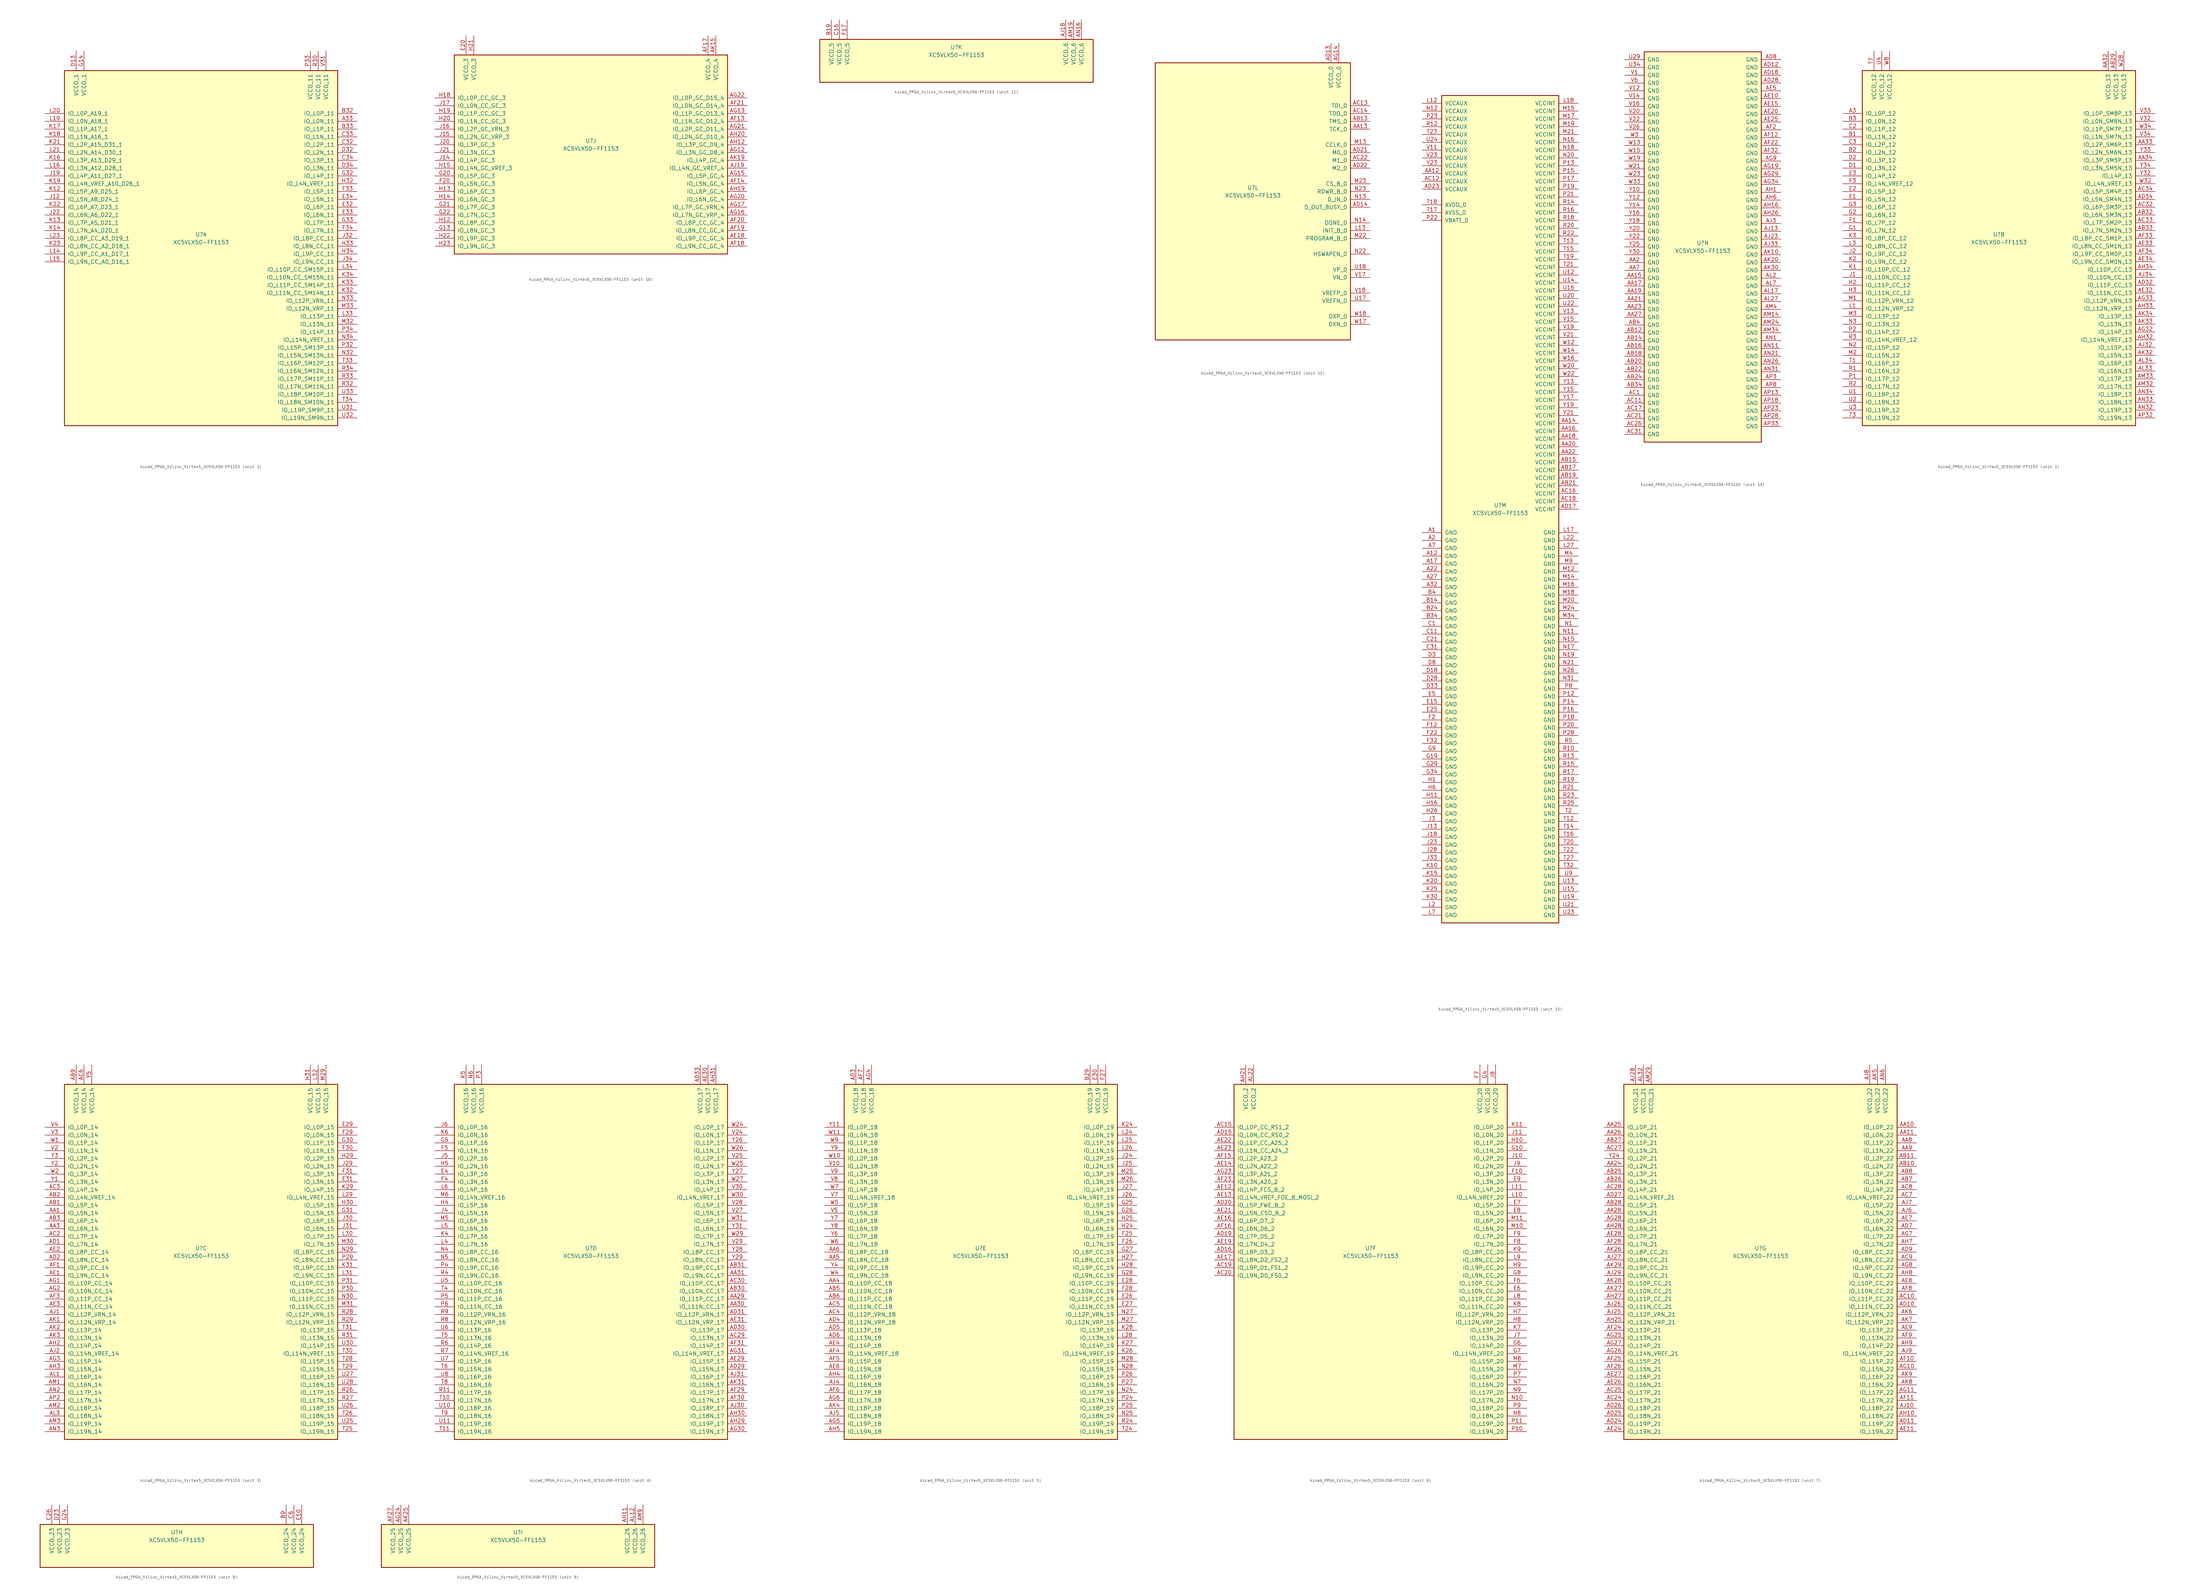
<source format=kicad_sym>
(kicad_symbol_lib
  (version 20220914)
  (generator kicad_symbol_editor)
  (symbol "kicad_FPGA_Xilinx_Virtex5_XC5VLX50-FF1153"
    (pin_names
      (offset 1.016))
    (property "Reference" "U"
      (at 0 1.27 0)
      (effects (font (size 1.27 1.27))))
    (property "Value" "XC5VLX50-FF1153"
      (at 0 -1.27 0)
      (effects (font (size 1.27 1.27))))
    (property "Datasheet" ""
      (at 0 0 0)
      (effects (font (size 1.27 1.27))))
    (property "ki_locked" ""
      (at 0 0 0)
      (effects (font (size 1.27 1.27))))
    (symbol "kicad_FPGA_Xilinx_Virtex5_XC5VLX50-FF1153_1_1"
      (rectangle (start -44.45 54.61) (end 44.45 -60.96) (stroke (width 0.254) (type default)) (fill (type background)))
      (pin bidirectional line (at 50.8 38.1 180) (length 6.35) (name "IO_L0N_11" (effects (font (size 1.27 1.27)))) (number "A33" (effects (font (size 1.27 1.27)))))
      (pin bidirectional line (at 50.8 40.64 180) (length 6.35) (name "IO_L0P_11" (effects (font (size 1.27 1.27)))) (number "B32" (effects (font (size 1.27 1.27)))))
      (pin bidirectional line (at 50.8 35.56 180) (length 6.35) (name "IO_L1P_11" (effects (font (size 1.27 1.27)))) (number "B33" (effects (font (size 1.27 1.27)))))
      (pin bidirectional line (at 50.8 30.48 180) (length 6.35) (name "IO_L2P_11" (effects (font (size 1.27 1.27)))) (number "C32" (effects (font (size 1.27 1.27)))))
      (pin bidirectional line (at 50.8 33.02 180) (length 6.35) (name "IO_L1N_11" (effects (font (size 1.27 1.27)))) (number "C33" (effects (font (size 1.27 1.27)))))
      (pin bidirectional line (at 50.8 25.4 180) (length 6.35) (name "IO_L3P_11" (effects (font (size 1.27 1.27)))) (number "C34" (effects (font (size 1.27 1.27)))))
      (pin power_in line (at -40.64 60.96 270) (length 6.35) (name "VCCO_1" (effects (font (size 1.27 1.27)))) (number "D13" (effects (font (size 1.27 1.27)))))
      (pin bidirectional line (at 50.8 27.94 180) (length 6.35) (name "IO_L2N_11" (effects (font (size 1.27 1.27)))) (number "D32" (effects (font (size 1.27 1.27)))))
      (pin bidirectional line (at 50.8 22.86 180) (length 6.35) (name "IO_L3N_11" (effects (font (size 1.27 1.27)))) (number "D34" (effects (font (size 1.27 1.27)))))
      (pin bidirectional line (at 50.8 10.16 180) (length 6.35) (name "IO_L6P_11" (effects (font (size 1.27 1.27)))) (number "E32" (effects (font (size 1.27 1.27)))))
      (pin bidirectional line (at 50.8 7.62 180) (length 6.35) (name "IO_L6N_11" (effects (font (size 1.27 1.27)))) (number "E33" (effects (font (size 1.27 1.27)))))
      (pin bidirectional line (at 50.8 12.7 180) (length 6.35) (name "IO_L5N_11" (effects (font (size 1.27 1.27)))) (number "E34" (effects (font (size 1.27 1.27)))))
      (pin bidirectional line (at 50.8 15.24 180) (length 6.35) (name "IO_L5P_11" (effects (font (size 1.27 1.27)))) (number "F33" (effects (font (size 1.27 1.27)))))
      (pin bidirectional line (at 50.8 2.54 180) (length 6.35) (name "IO_L7N_11" (effects (font (size 1.27 1.27)))) (number "F34" (effects (font (size 1.27 1.27)))))
      (pin power_in line (at -38.1 60.96 270) (length 6.35) (name "VCCO_1" (effects (font (size 1.27 1.27)))) (number "G14" (effects (font (size 1.27 1.27)))))
      (pin bidirectional line (at 50.8 20.32 180) (length 6.35) (name "IO_L4P_11" (effects (font (size 1.27 1.27)))) (number "G32" (effects (font (size 1.27 1.27)))))
      (pin bidirectional line (at 50.8 5.08 180) (length 6.35) (name "IO_L7P_11" (effects (font (size 1.27 1.27)))) (number "G33" (effects (font (size 1.27 1.27)))))
      (pin bidirectional line (at 50.8 17.78 180) (length 6.35) (name "IO_L4N_VREF_11" (effects (font (size 1.27 1.27)))) (number "H32" (effects (font (size 1.27 1.27)))))
      (pin bidirectional line (at 50.8 -2.54 180) (length 6.35) (name "IO_L8N_CC_11" (effects (font (size 1.27 1.27)))) (number "H33" (effects (font (size 1.27 1.27)))))
      (pin bidirectional line (at 50.8 -5.08 180) (length 6.35) (name "IO_L9P_CC_11" (effects (font (size 1.27 1.27)))) (number "H34" (effects (font (size 1.27 1.27)))))
      (pin bidirectional line (at -50.8 12.7 0) (length 6.35) (name "IO_L5N_A8_D24_1" (effects (font (size 1.27 1.27)))) (number "J12" (effects (font (size 1.27 1.27)))))
      (pin bidirectional line (at -50.8 20.32 0) (length 6.35) (name "IO_L4P_A11_D27_1" (effects (font (size 1.27 1.27)))) (number "J19" (effects (font (size 1.27 1.27)))))
      (pin bidirectional line (at -50.8 7.62 0) (length 6.35) (name "IO_L6N_A6_D22_1" (effects (font (size 1.27 1.27)))) (number "J22" (effects (font (size 1.27 1.27)))))
      (pin bidirectional line (at 50.8 0 180) (length 6.35) (name "IO_L8P_CC_11" (effects (font (size 1.27 1.27)))) (number "J32" (effects (font (size 1.27 1.27)))))
      (pin bidirectional line (at 50.8 -7.62 180) (length 6.35) (name "IO_L9N_CC_11" (effects (font (size 1.27 1.27)))) (number "J34" (effects (font (size 1.27 1.27)))))
      (pin bidirectional line (at -50.8 15.24 0) (length 6.35) (name "IO_L5P_A9_D25_1" (effects (font (size 1.27 1.27)))) (number "K12" (effects (font (size 1.27 1.27)))))
      (pin bidirectional line (at -50.8 5.08 0) (length 6.35) (name "IO_L7P_A5_D21_1" (effects (font (size 1.27 1.27)))) (number "K13" (effects (font (size 1.27 1.27)))))
      (pin bidirectional line (at -50.8 2.54 0) (length 6.35) (name "IO_L7N_A4_D20_1" (effects (font (size 1.27 1.27)))) (number "K14" (effects (font (size 1.27 1.27)))))
      (pin bidirectional line (at -50.8 25.4 0) (length 6.35) (name "IO_L3P_A13_D29_1" (effects (font (size 1.27 1.27)))) (number "K16" (effects (font (size 1.27 1.27)))))
      (pin bidirectional line (at -50.8 35.56 0) (length 6.35) (name "IO_L1P_A17_1" (effects (font (size 1.27 1.27)))) (number "K17" (effects (font (size 1.27 1.27)))))
      (pin bidirectional line (at -50.8 33.02 0) (length 6.35) (name "IO_L1N_A16_1" (effects (font (size 1.27 1.27)))) (number "K18" (effects (font (size 1.27 1.27)))))
      (pin bidirectional line (at -50.8 17.78 0) (length 6.35) (name "IO_L4N_VREF_A10_D26_1" (effects (font (size 1.27 1.27)))) (number "K19" (effects (font (size 1.27 1.27)))))
      (pin bidirectional line (at -50.8 30.48 0) (length 6.35) (name "IO_L2P_A15_D31_1" (effects (font (size 1.27 1.27)))) (number "K21" (effects (font (size 1.27 1.27)))))
      (pin bidirectional line (at -50.8 10.16 0) (length 6.35) (name "IO_L6P_A7_D23_1" (effects (font (size 1.27 1.27)))) (number "K22" (effects (font (size 1.27 1.27)))))
      (pin bidirectional line (at -50.8 -2.54 0) (length 6.35) (name "IO_L8N_CC_A2_D18_1" (effects (font (size 1.27 1.27)))) (number "K23" (effects (font (size 1.27 1.27)))))
      (pin bidirectional line (at 50.8 -17.78 180) (length 6.35) (name "IO_L11N_CC_SM14N_11" (effects (font (size 1.27 1.27)))) (number "K32" (effects (font (size 1.27 1.27)))))
      (pin bidirectional line (at 50.8 -15.24 180) (length 6.35) (name "IO_L11P_CC_SM14P_11" (effects (font (size 1.27 1.27)))) (number "K33" (effects (font (size 1.27 1.27)))))
      (pin bidirectional line (at 50.8 -12.7 180) (length 6.35) (name "IO_L10N_CC_SM15N_11" (effects (font (size 1.27 1.27)))) (number "K34" (effects (font (size 1.27 1.27)))))
      (pin bidirectional line (at -50.8 -5.08 0) (length 6.35) (name "IO_L9P_CC_A1_D17_1" (effects (font (size 1.27 1.27)))) (number "L14" (effects (font (size 1.27 1.27)))))
      (pin bidirectional line (at -50.8 -7.62 0) (length 6.35) (name "IO_L9N_CC_A0_D16_1" (effects (font (size 1.27 1.27)))) (number "L15" (effects (font (size 1.27 1.27)))))
      (pin bidirectional line (at -50.8 22.86 0) (length 6.35) (name "IO_L3N_A12_D28_1" (effects (font (size 1.27 1.27)))) (number "L16" (effects (font (size 1.27 1.27)))))
      (pin bidirectional line (at -50.8 38.1 0) (length 6.35) (name "IO_L0N_A18_1" (effects (font (size 1.27 1.27)))) (number "L19" (effects (font (size 1.27 1.27)))))
      (pin bidirectional line (at -50.8 40.64 0) (length 6.35) (name "IO_L0P_A19_1" (effects (font (size 1.27 1.27)))) (number "L20" (effects (font (size 1.27 1.27)))))
      (pin bidirectional line (at -50.8 27.94 0) (length 6.35) (name "IO_L2N_A14_D30_1" (effects (font (size 1.27 1.27)))) (number "L21" (effects (font (size 1.27 1.27)))))
      (pin bidirectional line (at -50.8 0 0) (length 6.35) (name "IO_L8P_CC_A3_D19_1" (effects (font (size 1.27 1.27)))) (number "L23" (effects (font (size 1.27 1.27)))))
      (pin bidirectional line (at 50.8 -25.4 180) (length 6.35) (name "IO_L13P_11" (effects (font (size 1.27 1.27)))) (number "L33" (effects (font (size 1.27 1.27)))))
      (pin bidirectional line (at 50.8 -10.16 180) (length 6.35) (name "IO_L10P_CC_SM15P_11" (effects (font (size 1.27 1.27)))) (number "L34" (effects (font (size 1.27 1.27)))))
      (pin bidirectional line (at 50.8 -27.94 180) (length 6.35) (name "IO_L13N_11" (effects (font (size 1.27 1.27)))) (number "M32" (effects (font (size 1.27 1.27)))))
      (pin bidirectional line (at 50.8 -22.86 180) (length 6.35) (name "IO_L12N_VRP_11" (effects (font (size 1.27 1.27)))) (number "M33" (effects (font (size 1.27 1.27)))))
      (pin bidirectional line (at 50.8 -38.1 180) (length 6.35) (name "IO_L15N_SM13N_11" (effects (font (size 1.27 1.27)))) (number "N32" (effects (font (size 1.27 1.27)))))
      (pin bidirectional line (at 50.8 -20.32 180) (length 6.35) (name "IO_L12P_VRN_11" (effects (font (size 1.27 1.27)))) (number "N33" (effects (font (size 1.27 1.27)))))
      (pin bidirectional line (at 50.8 -33.02 180) (length 6.35) (name "IO_L14N_VREF_11" (effects (font (size 1.27 1.27)))) (number "N34" (effects (font (size 1.27 1.27)))))
      (pin bidirectional line (at 50.8 -35.56 180) (length 6.35) (name "IO_L15P_SM13P_11" (effects (font (size 1.27 1.27)))) (number "P32" (effects (font (size 1.27 1.27)))))
      (pin power_in line (at 35.56 60.96 270) (length 6.35) (name "VCCO_11" (effects (font (size 1.27 1.27)))) (number "P33" (effects (font (size 1.27 1.27)))))
      (pin bidirectional line (at 50.8 -30.48 180) (length 6.35) (name "IO_L14P_11" (effects (font (size 1.27 1.27)))) (number "P34" (effects (font (size 1.27 1.27)))))
      (pin power_in line (at 38.1 60.96 270) (length 6.35) (name "VCCO_11" (effects (font (size 1.27 1.27)))) (number "R30" (effects (font (size 1.27 1.27)))))
      (pin bidirectional line (at 50.8 -48.26 180) (length 6.35) (name "IO_L17N_SM11N_11" (effects (font (size 1.27 1.27)))) (number "R32" (effects (font (size 1.27 1.27)))))
      (pin bidirectional line (at 50.8 -45.72 180) (length 6.35) (name "IO_L17P_SM11P_11" (effects (font (size 1.27 1.27)))) (number "R33" (effects (font (size 1.27 1.27)))))
      (pin bidirectional line (at 50.8 -43.18 180) (length 6.35) (name "IO_L16N_SM12N_11" (effects (font (size 1.27 1.27)))) (number "R34" (effects (font (size 1.27 1.27)))))
      (pin bidirectional line (at 50.8 -40.64 180) (length 6.35) (name "IO_L16P_SM12P_11" (effects (font (size 1.27 1.27)))) (number "T33" (effects (font (size 1.27 1.27)))))
      (pin bidirectional line (at 50.8 -53.34 180) (length 6.35) (name "IO_L18N_SM10N_11" (effects (font (size 1.27 1.27)))) (number "T34" (effects (font (size 1.27 1.27)))))
      (pin bidirectional line (at 50.8 -55.88 180) (length 6.35) (name "IO_L19P_SM9P_11" (effects (font (size 1.27 1.27)))) (number "U31" (effects (font (size 1.27 1.27)))))
      (pin bidirectional line (at 50.8 -58.42 180) (length 6.35) (name "IO_L19N_SM9N_11" (effects (font (size 1.27 1.27)))) (number "U32" (effects (font (size 1.27 1.27)))))
      (pin bidirectional line (at 50.8 -50.8 180) (length 6.35) (name "IO_L18P_SM10P_11" (effects (font (size 1.27 1.27)))) (number "U33" (effects (font (size 1.27 1.27)))))
      (pin power_in line (at 40.64 60.96 270) (length 6.35) (name "VCCO_11" (effects (font (size 1.27 1.27)))) (number "V31" (effects (font (size 1.27 1.27))))))
    (symbol "kicad_FPGA_Xilinx_Virtex5_XC5VLX50-FF1153_2_1"
      (rectangle (start -44.45 54.61) (end 44.45 -60.96) (stroke (width 0.254) (type default)) (fill (type background)))
      (pin bidirectional line (at -50.8 40.64 0) (length 6.35) (name "IO_L0P_12" (effects (font (size 1.27 1.27)))) (number "A3" (effects (font (size 1.27 1.27)))))
      (pin power_in line (at 35.56 60.96 270) (length 6.35) (name "VCCO_13" (effects (font (size 1.27 1.27)))) (number "AA32" (effects (font (size 1.27 1.27)))))
      (pin bidirectional line (at 50.8 30.48 180) (length 6.35) (name "IO_L2P_SM6P_13" (effects (font (size 1.27 1.27)))) (number "AA33" (effects (font (size 1.27 1.27)))))
      (pin bidirectional line (at 50.8 25.4 180) (length 6.35) (name "IO_L3P_SM5P_13" (effects (font (size 1.27 1.27)))) (number "AA34" (effects (font (size 1.27 1.27)))))
      (pin power_in line (at 38.1 60.96 270) (length 6.35) (name "VCCO_13" (effects (font (size 1.27 1.27)))) (number "AB29" (effects (font (size 1.27 1.27)))))
      (pin bidirectional line (at 50.8 7.62 180) (length 6.35) (name "IO_L6N_SM3N_13" (effects (font (size 1.27 1.27)))) (number "AB32" (effects (font (size 1.27 1.27)))))
      (pin bidirectional line (at 50.8 2.54 180) (length 6.35) (name "IO_L7N_SM2N_13" (effects (font (size 1.27 1.27)))) (number "AB33" (effects (font (size 1.27 1.27)))))
      (pin bidirectional line (at 50.8 10.16 180) (length 6.35) (name "IO_L6P_SM3P_13" (effects (font (size 1.27 1.27)))) (number "AC32" (effects (font (size 1.27 1.27)))))
      (pin bidirectional line (at 50.8 5.08 180) (length 6.35) (name "IO_L7P_SM2P_13" (effects (font (size 1.27 1.27)))) (number "AC33" (effects (font (size 1.27 1.27)))))
      (pin bidirectional line (at 50.8 15.24 180) (length 6.35) (name "IO_L5P_SM4P_13" (effects (font (size 1.27 1.27)))) (number "AC34" (effects (font (size 1.27 1.27)))))
      (pin bidirectional line (at 50.8 -15.24 180) (length 6.35) (name "IO_L11P_CC_13" (effects (font (size 1.27 1.27)))) (number "AD32" (effects (font (size 1.27 1.27)))))
      (pin bidirectional line (at 50.8 12.7 180) (length 6.35) (name "IO_L5N_SM4N_13" (effects (font (size 1.27 1.27)))) (number "AD34" (effects (font (size 1.27 1.27)))))
      (pin bidirectional line (at 50.8 -17.78 180) (length 6.35) (name "IO_L11N_CC_13" (effects (font (size 1.27 1.27)))) (number "AE32" (effects (font (size 1.27 1.27)))))
      (pin bidirectional line (at 50.8 -2.54 180) (length 6.35) (name "IO_L8N_CC_SM1N_13" (effects (font (size 1.27 1.27)))) (number "AE33" (effects (font (size 1.27 1.27)))))
      (pin bidirectional line (at 50.8 -7.62 180) (length 6.35) (name "IO_L9N_CC_SM0N_13" (effects (font (size 1.27 1.27)))) (number "AE34" (effects (font (size 1.27 1.27)))))
      (pin bidirectional line (at 50.8 0 180) (length 6.35) (name "IO_L8P_CC_SM1P_13" (effects (font (size 1.27 1.27)))) (number "AF33" (effects (font (size 1.27 1.27)))))
      (pin bidirectional line (at 50.8 -5.08 180) (length 6.35) (name "IO_L9P_CC_SM0P_13" (effects (font (size 1.27 1.27)))) (number "AF34" (effects (font (size 1.27 1.27)))))
      (pin bidirectional line (at 50.8 -30.48 180) (length 6.35) (name "IO_L14P_13" (effects (font (size 1.27 1.27)))) (number "AG32" (effects (font (size 1.27 1.27)))))
      (pin bidirectional line (at 50.8 -20.32 180) (length 6.35) (name "IO_L12P_VRN_13" (effects (font (size 1.27 1.27)))) (number "AG33" (effects (font (size 1.27 1.27)))))
      (pin bidirectional line (at 50.8 -33.02 180) (length 6.35) (name "IO_L14N_VREF_13" (effects (font (size 1.27 1.27)))) (number "AH32" (effects (font (size 1.27 1.27)))))
      (pin bidirectional line (at 50.8 -22.86 180) (length 6.35) (name "IO_L12N_VRP_13" (effects (font (size 1.27 1.27)))) (number "AH33" (effects (font (size 1.27 1.27)))))
      (pin bidirectional line (at 50.8 -10.16 180) (length 6.35) (name "IO_L10P_CC_13" (effects (font (size 1.27 1.27)))) (number "AH34" (effects (font (size 1.27 1.27)))))
      (pin bidirectional line (at 50.8 -35.56 180) (length 6.35) (name "IO_L15P_13" (effects (font (size 1.27 1.27)))) (number "AJ32" (effects (font (size 1.27 1.27)))))
      (pin bidirectional line (at 50.8 -12.7 180) (length 6.35) (name "IO_L10N_CC_13" (effects (font (size 1.27 1.27)))) (number "AJ34" (effects (font (size 1.27 1.27)))))
      (pin bidirectional line (at 50.8 -38.1 180) (length 6.35) (name "IO_L15N_13" (effects (font (size 1.27 1.27)))) (number "AK32" (effects (font (size 1.27 1.27)))))
      (pin bidirectional line (at 50.8 -27.94 180) (length 6.35) (name "IO_L13N_13" (effects (font (size 1.27 1.27)))) (number "AK33" (effects (font (size 1.27 1.27)))))
      (pin bidirectional line (at 50.8 -25.4 180) (length 6.35) (name "IO_L13P_13" (effects (font (size 1.27 1.27)))) (number "AK34" (effects (font (size 1.27 1.27)))))
      (pin bidirectional line (at 50.8 -43.18 180) (length 6.35) (name "IO_L16N_13" (effects (font (size 1.27 1.27)))) (number "AL33" (effects (font (size 1.27 1.27)))))
      (pin bidirectional line (at 50.8 -40.64 180) (length 6.35) (name "IO_L16P_13" (effects (font (size 1.27 1.27)))) (number "AL34" (effects (font (size 1.27 1.27)))))
      (pin bidirectional line (at 50.8 -48.26 180) (length 6.35) (name "IO_L17N_13" (effects (font (size 1.27 1.27)))) (number "AM32" (effects (font (size 1.27 1.27)))))
      (pin bidirectional line (at 50.8 -45.72 180) (length 6.35) (name "IO_L17P_13" (effects (font (size 1.27 1.27)))) (number "AM33" (effects (font (size 1.27 1.27)))))
      (pin bidirectional line (at 50.8 -55.88 180) (length 6.35) (name "IO_L19P_13" (effects (font (size 1.27 1.27)))) (number "AN32" (effects (font (size 1.27 1.27)))))
      (pin bidirectional line (at 50.8 -53.34 180) (length 6.35) (name "IO_L18N_13" (effects (font (size 1.27 1.27)))) (number "AN33" (effects (font (size 1.27 1.27)))))
      (pin bidirectional line (at 50.8 -50.8 180) (length 6.35) (name "IO_L18P_13" (effects (font (size 1.27 1.27)))) (number "AN34" (effects (font (size 1.27 1.27)))))
      (pin bidirectional line (at 50.8 -58.42 180) (length 6.35) (name "IO_L19N_13" (effects (font (size 1.27 1.27)))) (number "AP32" (effects (font (size 1.27 1.27)))))
      (pin bidirectional line (at -50.8 33.02 0) (length 6.35) (name "IO_L1N_12" (effects (font (size 1.27 1.27)))) (number "B1" (effects (font (size 1.27 1.27)))))
      (pin bidirectional line (at -50.8 27.94 0) (length 6.35) (name "IO_L2N_12" (effects (font (size 1.27 1.27)))) (number "B2" (effects (font (size 1.27 1.27)))))
      (pin bidirectional line (at -50.8 38.1 0) (length 6.35) (name "IO_L0N_12" (effects (font (size 1.27 1.27)))) (number "B3" (effects (font (size 1.27 1.27)))))
      (pin bidirectional line (at -50.8 35.56 0) (length 6.35) (name "IO_L1P_12" (effects (font (size 1.27 1.27)))) (number "C2" (effects (font (size 1.27 1.27)))))
      (pin bidirectional line (at -50.8 30.48 0) (length 6.35) (name "IO_L2P_12" (effects (font (size 1.27 1.27)))) (number "C3" (effects (font (size 1.27 1.27)))))
      (pin bidirectional line (at -50.8 22.86 0) (length 6.35) (name "IO_L3N_12" (effects (font (size 1.27 1.27)))) (number "D1" (effects (font (size 1.27 1.27)))))
      (pin bidirectional line (at -50.8 25.4 0) (length 6.35) (name "IO_L3P_12" (effects (font (size 1.27 1.27)))) (number "D2" (effects (font (size 1.27 1.27)))))
      (pin bidirectional line (at -50.8 12.7 0) (length 6.35) (name "IO_L5N_12" (effects (font (size 1.27 1.27)))) (number "E1" (effects (font (size 1.27 1.27)))))
      (pin bidirectional line (at -50.8 15.24 0) (length 6.35) (name "IO_L5P_12" (effects (font (size 1.27 1.27)))) (number "E2" (effects (font (size 1.27 1.27)))))
      (pin bidirectional line (at -50.8 20.32 0) (length 6.35) (name "IO_L4P_12" (effects (font (size 1.27 1.27)))) (number "E3" (effects (font (size 1.27 1.27)))))
      (pin bidirectional line (at -50.8 5.08 0) (length 6.35) (name "IO_L7P_12" (effects (font (size 1.27 1.27)))) (number "F1" (effects (font (size 1.27 1.27)))))
      (pin bidirectional line (at -50.8 17.78 0) (length 6.35) (name "IO_L4N_VREF_12" (effects (font (size 1.27 1.27)))) (number "F3" (effects (font (size 1.27 1.27)))))
      (pin bidirectional line (at -50.8 2.54 0) (length 6.35) (name "IO_L7N_12" (effects (font (size 1.27 1.27)))) (number "G1" (effects (font (size 1.27 1.27)))))
      (pin bidirectional line (at -50.8 7.62 0) (length 6.35) (name "IO_L6N_12" (effects (font (size 1.27 1.27)))) (number "G2" (effects (font (size 1.27 1.27)))))
      (pin bidirectional line (at -50.8 10.16 0) (length 6.35) (name "IO_L6P_12" (effects (font (size 1.27 1.27)))) (number "G3" (effects (font (size 1.27 1.27)))))
      (pin bidirectional line (at -50.8 -15.24 0) (length 6.35) (name "IO_L11P_CC_12" (effects (font (size 1.27 1.27)))) (number "H2" (effects (font (size 1.27 1.27)))))
      (pin bidirectional line (at -50.8 -17.78 0) (length 6.35) (name "IO_L11N_CC_12" (effects (font (size 1.27 1.27)))) (number "H3" (effects (font (size 1.27 1.27)))))
      (pin bidirectional line (at -50.8 -12.7 0) (length 6.35) (name "IO_L10N_CC_12" (effects (font (size 1.27 1.27)))) (number "J1" (effects (font (size 1.27 1.27)))))
      (pin bidirectional line (at -50.8 -5.08 0) (length 6.35) (name "IO_L9P_CC_12" (effects (font (size 1.27 1.27)))) (number "J2" (effects (font (size 1.27 1.27)))))
      (pin bidirectional line (at -50.8 -10.16 0) (length 6.35) (name "IO_L10P_CC_12" (effects (font (size 1.27 1.27)))) (number "K1" (effects (font (size 1.27 1.27)))))
      (pin bidirectional line (at -50.8 -7.62 0) (length 6.35) (name "IO_L9N_CC_12" (effects (font (size 1.27 1.27)))) (number "K2" (effects (font (size 1.27 1.27)))))
      (pin bidirectional line (at -50.8 0 0) (length 6.35) (name "IO_L8P_CC_12" (effects (font (size 1.27 1.27)))) (number "K3" (effects (font (size 1.27 1.27)))))
      (pin bidirectional line (at -50.8 -22.86 0) (length 6.35) (name "IO_L12N_VRP_12" (effects (font (size 1.27 1.27)))) (number "L1" (effects (font (size 1.27 1.27)))))
      (pin bidirectional line (at -50.8 -2.54 0) (length 6.35) (name "IO_L8N_CC_12" (effects (font (size 1.27 1.27)))) (number "L3" (effects (font (size 1.27 1.27)))))
      (pin bidirectional line (at -50.8 -20.32 0) (length 6.35) (name "IO_L12P_VRN_12" (effects (font (size 1.27 1.27)))) (number "M1" (effects (font (size 1.27 1.27)))))
      (pin bidirectional line (at -50.8 -38.1 0) (length 6.35) (name "IO_L15N_12" (effects (font (size 1.27 1.27)))) (number "M2" (effects (font (size 1.27 1.27)))))
      (pin bidirectional line (at -50.8 -25.4 0) (length 6.35) (name "IO_L13P_12" (effects (font (size 1.27 1.27)))) (number "M3" (effects (font (size 1.27 1.27)))))
      (pin bidirectional line (at -50.8 -35.56 0) (length 6.35) (name "IO_L15P_12" (effects (font (size 1.27 1.27)))) (number "N2" (effects (font (size 1.27 1.27)))))
      (pin bidirectional line (at -50.8 -27.94 0) (length 6.35) (name "IO_L13N_12" (effects (font (size 1.27 1.27)))) (number "N3" (effects (font (size 1.27 1.27)))))
      (pin bidirectional line (at -50.8 -45.72 0) (length 6.35) (name "IO_L17P_12" (effects (font (size 1.27 1.27)))) (number "P1" (effects (font (size 1.27 1.27)))))
      (pin bidirectional line (at -50.8 -30.48 0) (length 6.35) (name "IO_L14P_12" (effects (font (size 1.27 1.27)))) (number "P2" (effects (font (size 1.27 1.27)))))
      (pin bidirectional line (at -50.8 -43.18 0) (length 6.35) (name "IO_L16N_12" (effects (font (size 1.27 1.27)))) (number "R1" (effects (font (size 1.27 1.27)))))
      (pin bidirectional line (at -50.8 -48.26 0) (length 6.35) (name "IO_L17N_12" (effects (font (size 1.27 1.27)))) (number "R2" (effects (font (size 1.27 1.27)))))
      (pin bidirectional line (at -50.8 -33.02 0) (length 6.35) (name "IO_L14N_VREF_12" (effects (font (size 1.27 1.27)))) (number "R3" (effects (font (size 1.27 1.27)))))
      (pin bidirectional line (at -50.8 -40.64 0) (length 6.35) (name "IO_L16P_12" (effects (font (size 1.27 1.27)))) (number "T1" (effects (font (size 1.27 1.27)))))
      (pin bidirectional line (at -50.8 -58.42 0) (length 6.35) (name "IO_L19N_12" (effects (font (size 1.27 1.27)))) (number "T3" (effects (font (size 1.27 1.27)))))
      (pin power_in line (at -40.64 60.96 270) (length 6.35) (name "VCCO_12" (effects (font (size 1.27 1.27)))) (number "T7" (effects (font (size 1.27 1.27)))))
      (pin bidirectional line (at -50.8 -50.8 0) (length 6.35) (name "IO_L18P_12" (effects (font (size 1.27 1.27)))) (number "U1" (effects (font (size 1.27 1.27)))))
      (pin bidirectional line (at -50.8 -53.34 0) (length 6.35) (name "IO_L18N_12" (effects (font (size 1.27 1.27)))) (number "U2" (effects (font (size 1.27 1.27)))))
      (pin bidirectional line (at -50.8 -55.88 0) (length 6.35) (name "IO_L19P_12" (effects (font (size 1.27 1.27)))) (number "U3" (effects (font (size 1.27 1.27)))))
      (pin power_in line (at -38.1 60.96 270) (length 6.35) (name "VCCO_12" (effects (font (size 1.27 1.27)))) (number "U4" (effects (font (size 1.27 1.27)))))
      (pin bidirectional line (at 50.8 38.1 180) (length 6.35) (name "IO_L0N_SM8N_13" (effects (font (size 1.27 1.27)))) (number "V32" (effects (font (size 1.27 1.27)))))
      (pin bidirectional line (at 50.8 40.64 180) (length 6.35) (name "IO_L0P_SM8P_13" (effects (font (size 1.27 1.27)))) (number "V33" (effects (font (size 1.27 1.27)))))
      (pin bidirectional line (at 50.8 33.02 180) (length 6.35) (name "IO_L1N_SM7N_13" (effects (font (size 1.27 1.27)))) (number "V34" (effects (font (size 1.27 1.27)))))
      (pin power_in line (at 40.64 60.96 270) (length 6.35) (name "VCCO_13" (effects (font (size 1.27 1.27)))) (number "W28" (effects (font (size 1.27 1.27)))))
      (pin bidirectional line (at 50.8 17.78 180) (length 6.35) (name "IO_L4N_VREF_13" (effects (font (size 1.27 1.27)))) (number "W32" (effects (font (size 1.27 1.27)))))
      (pin bidirectional line (at 50.8 35.56 180) (length 6.35) (name "IO_L1P_SM7P_13" (effects (font (size 1.27 1.27)))) (number "W34" (effects (font (size 1.27 1.27)))))
      (pin power_in line (at -35.56 60.96 270) (length 6.35) (name "VCCO_12" (effects (font (size 1.27 1.27)))) (number "W8" (effects (font (size 1.27 1.27)))))
      (pin bidirectional line (at 50.8 20.32 180) (length 6.35) (name "IO_L4P_13" (effects (font (size 1.27 1.27)))) (number "Y32" (effects (font (size 1.27 1.27)))))
      (pin bidirectional line (at 50.8 27.94 180) (length 6.35) (name "IO_L2N_SM6N_13" (effects (font (size 1.27 1.27)))) (number "Y33" (effects (font (size 1.27 1.27)))))
      (pin bidirectional line (at 50.8 22.86 180) (length 6.35) (name "IO_L3N_SM5N_13" (effects (font (size 1.27 1.27)))) (number "Y34" (effects (font (size 1.27 1.27))))))
    (symbol "kicad_FPGA_Xilinx_Virtex5_XC5VLX50-FF1153_3_1"
      (rectangle (start -44.45 54.61) (end 44.45 -60.96) (stroke (width 0.254) (type default)) (fill (type background)))
      (pin bidirectional line (at -50.8 12.7 0) (length 6.35) (name "IO_L5N_14" (effects (font (size 1.27 1.27)))) (number "AA1" (effects (font (size 1.27 1.27)))))
      (pin bidirectional line (at -50.8 7.62 0) (length 6.35) (name "IO_L6N_14" (effects (font (size 1.27 1.27)))) (number "AA3" (effects (font (size 1.27 1.27)))))
      (pin bidirectional line (at -50.8 15.24 0) (length 6.35) (name "IO_L5P_14" (effects (font (size 1.27 1.27)))) (number "AB1" (effects (font (size 1.27 1.27)))))
      (pin bidirectional line (at -50.8 17.78 0) (length 6.35) (name "IO_L4N_VREF_14" (effects (font (size 1.27 1.27)))) (number "AB2" (effects (font (size 1.27 1.27)))))
      (pin bidirectional line (at -50.8 10.16 0) (length 6.35) (name "IO_L6P_14" (effects (font (size 1.27 1.27)))) (number "AB3" (effects (font (size 1.27 1.27)))))
      (pin power_in line (at -40.64 60.96 270) (length 6.35) (name "VCCO_14" (effects (font (size 1.27 1.27)))) (number "AB9" (effects (font (size 1.27 1.27)))))
      (pin bidirectional line (at -50.8 5.08 0) (length 6.35) (name "IO_L7P_14" (effects (font (size 1.27 1.27)))) (number "AC2" (effects (font (size 1.27 1.27)))))
      (pin bidirectional line (at -50.8 20.32 0) (length 6.35) (name "IO_L4P_14" (effects (font (size 1.27 1.27)))) (number "AC3" (effects (font (size 1.27 1.27)))))
      (pin power_in line (at -38.1 60.96 270) (length 6.35) (name "VCCO_14" (effects (font (size 1.27 1.27)))) (number "AC6" (effects (font (size 1.27 1.27)))))
      (pin bidirectional line (at -50.8 2.54 0) (length 6.35) (name "IO_L7N_14" (effects (font (size 1.27 1.27)))) (number "AD1" (effects (font (size 1.27 1.27)))))
      (pin bidirectional line (at -50.8 -2.54 0) (length 6.35) (name "IO_L8N_CC_14" (effects (font (size 1.27 1.27)))) (number "AD2" (effects (font (size 1.27 1.27)))))
      (pin bidirectional line (at -50.8 -7.62 0) (length 6.35) (name "IO_L9N_CC_14" (effects (font (size 1.27 1.27)))) (number "AE1" (effects (font (size 1.27 1.27)))))
      (pin bidirectional line (at -50.8 0 0) (length 6.35) (name "IO_L8P_CC_14" (effects (font (size 1.27 1.27)))) (number "AE2" (effects (font (size 1.27 1.27)))))
      (pin bidirectional line (at -50.8 -17.78 0) (length 6.35) (name "IO_L11N_CC_14" (effects (font (size 1.27 1.27)))) (number "AE3" (effects (font (size 1.27 1.27)))))
      (pin bidirectional line (at -50.8 -5.08 0) (length 6.35) (name "IO_L9P_CC_14" (effects (font (size 1.27 1.27)))) (number "AF1" (effects (font (size 1.27 1.27)))))
      (pin bidirectional line (at -50.8 -15.24 0) (length 6.35) (name "IO_L11P_CC_14" (effects (font (size 1.27 1.27)))) (number "AF3" (effects (font (size 1.27 1.27)))))
      (pin bidirectional line (at -50.8 -10.16 0) (length 6.35) (name "IO_L10P_CC_14" (effects (font (size 1.27 1.27)))) (number "AG1" (effects (font (size 1.27 1.27)))))
      (pin bidirectional line (at -50.8 -12.7 0) (length 6.35) (name "IO_L10N_CC_14" (effects (font (size 1.27 1.27)))) (number "AG2" (effects (font (size 1.27 1.27)))))
      (pin bidirectional line (at -50.8 -35.56 0) (length 6.35) (name "IO_L15P_14" (effects (font (size 1.27 1.27)))) (number "AG3" (effects (font (size 1.27 1.27)))))
      (pin bidirectional line (at -50.8 -30.48 0) (length 6.35) (name "IO_L14P_14" (effects (font (size 1.27 1.27)))) (number "AH2" (effects (font (size 1.27 1.27)))))
      (pin bidirectional line (at -50.8 -38.1 0) (length 6.35) (name "IO_L15N_14" (effects (font (size 1.27 1.27)))) (number "AH3" (effects (font (size 1.27 1.27)))))
      (pin bidirectional line (at -50.8 -20.32 0) (length 6.35) (name "IO_L12P_VRN_14" (effects (font (size 1.27 1.27)))) (number "AJ1" (effects (font (size 1.27 1.27)))))
      (pin bidirectional line (at -50.8 -33.02 0) (length 6.35) (name "IO_L14N_VREF_14" (effects (font (size 1.27 1.27)))) (number "AJ2" (effects (font (size 1.27 1.27)))))
      (pin bidirectional line (at -50.8 -22.86 0) (length 6.35) (name "IO_L12N_VRP_14" (effects (font (size 1.27 1.27)))) (number "AK1" (effects (font (size 1.27 1.27)))))
      (pin bidirectional line (at -50.8 -25.4 0) (length 6.35) (name "IO_L13P_14" (effects (font (size 1.27 1.27)))) (number "AK2" (effects (font (size 1.27 1.27)))))
      (pin bidirectional line (at -50.8 -27.94 0) (length 6.35) (name "IO_L13N_14" (effects (font (size 1.27 1.27)))) (number "AK3" (effects (font (size 1.27 1.27)))))
      (pin bidirectional line (at -50.8 -40.64 0) (length 6.35) (name "IO_L16P_14" (effects (font (size 1.27 1.27)))) (number "AL1" (effects (font (size 1.27 1.27)))))
      (pin bidirectional line (at -50.8 -53.34 0) (length 6.35) (name "IO_L18N_14" (effects (font (size 1.27 1.27)))) (number "AL3" (effects (font (size 1.27 1.27)))))
      (pin bidirectional line (at -50.8 -43.18 0) (length 6.35) (name "IO_L16N_14" (effects (font (size 1.27 1.27)))) (number "AM1" (effects (font (size 1.27 1.27)))))
      (pin bidirectional line (at -50.8 -50.8 0) (length 6.35) (name "IO_L18P_14" (effects (font (size 1.27 1.27)))) (number "AM2" (effects (font (size 1.27 1.27)))))
      (pin bidirectional line (at -50.8 -55.88 0) (length 6.35) (name "IO_L19P_14" (effects (font (size 1.27 1.27)))) (number "AM3" (effects (font (size 1.27 1.27)))))
      (pin bidirectional line (at -50.8 -45.72 0) (length 6.35) (name "IO_L17P_14" (effects (font (size 1.27 1.27)))) (number "AN2" (effects (font (size 1.27 1.27)))))
      (pin bidirectional line (at -50.8 -58.42 0) (length 6.35) (name "IO_L19N_14" (effects (font (size 1.27 1.27)))) (number "AN3" (effects (font (size 1.27 1.27)))))
      (pin bidirectional line (at -50.8 -48.26 0) (length 6.35) (name "IO_L17N_14" (effects (font (size 1.27 1.27)))) (number "AP2" (effects (font (size 1.27 1.27)))))
      (pin bidirectional line (at 50.8 40.64 180) (length 6.35) (name "IO_L0P_15" (effects (font (size 1.27 1.27)))) (number "E29" (effects (font (size 1.27 1.27)))))
      (pin bidirectional line (at 50.8 22.86 180) (length 6.35) (name "IO_L3N_15" (effects (font (size 1.27 1.27)))) (number "E31" (effects (font (size 1.27 1.27)))))
      (pin bidirectional line (at 50.8 38.1 180) (length 6.35) (name "IO_L0N_15" (effects (font (size 1.27 1.27)))) (number "F29" (effects (font (size 1.27 1.27)))))
      (pin bidirectional line (at 50.8 33.02 180) (length 6.35) (name "IO_L1N_15" (effects (font (size 1.27 1.27)))) (number "F30" (effects (font (size 1.27 1.27)))))
      (pin bidirectional line (at 50.8 25.4 180) (length 6.35) (name "IO_L3P_15" (effects (font (size 1.27 1.27)))) (number "F31" (effects (font (size 1.27 1.27)))))
      (pin bidirectional line (at 50.8 35.56 180) (length 6.35) (name "IO_L1P_15" (effects (font (size 1.27 1.27)))) (number "G30" (effects (font (size 1.27 1.27)))))
      (pin bidirectional line (at 50.8 12.7 180) (length 6.35) (name "IO_L5N_15" (effects (font (size 1.27 1.27)))) (number "G31" (effects (font (size 1.27 1.27)))))
      (pin bidirectional line (at 50.8 30.48 180) (length 6.35) (name "IO_L2P_15" (effects (font (size 1.27 1.27)))) (number "H29" (effects (font (size 1.27 1.27)))))
      (pin bidirectional line (at 50.8 15.24 180) (length 6.35) (name "IO_L5P_15" (effects (font (size 1.27 1.27)))) (number "H30" (effects (font (size 1.27 1.27)))))
      (pin power_in line (at 35.56 60.96 270) (length 6.35) (name "VCCO_15" (effects (font (size 1.27 1.27)))) (number "H31" (effects (font (size 1.27 1.27)))))
      (pin bidirectional line (at 50.8 27.94 180) (length 6.35) (name "IO_L2N_15" (effects (font (size 1.27 1.27)))) (number "J29" (effects (font (size 1.27 1.27)))))
      (pin bidirectional line (at 50.8 10.16 180) (length 6.35) (name "IO_L6P_15" (effects (font (size 1.27 1.27)))) (number "J30" (effects (font (size 1.27 1.27)))))
      (pin bidirectional line (at 50.8 7.62 180) (length 6.35) (name "IO_L6N_15" (effects (font (size 1.27 1.27)))) (number "J31" (effects (font (size 1.27 1.27)))))
      (pin bidirectional line (at 50.8 20.32 180) (length 6.35) (name "IO_L4P_15" (effects (font (size 1.27 1.27)))) (number "K29" (effects (font (size 1.27 1.27)))))
      (pin bidirectional line (at 50.8 -5.08 180) (length 6.35) (name "IO_L9P_CC_15" (effects (font (size 1.27 1.27)))) (number "K31" (effects (font (size 1.27 1.27)))))
      (pin bidirectional line (at 50.8 17.78 180) (length 6.35) (name "IO_L4N_VREF_15" (effects (font (size 1.27 1.27)))) (number "L29" (effects (font (size 1.27 1.27)))))
      (pin bidirectional line (at 50.8 5.08 180) (length 6.35) (name "IO_L7P_15" (effects (font (size 1.27 1.27)))) (number "L30" (effects (font (size 1.27 1.27)))))
      (pin bidirectional line (at 50.8 -7.62 180) (length 6.35) (name "IO_L9N_CC_15" (effects (font (size 1.27 1.27)))) (number "L31" (effects (font (size 1.27 1.27)))))
      (pin power_in line (at 38.1 60.96 270) (length 6.35) (name "VCCO_15" (effects (font (size 1.27 1.27)))) (number "L32" (effects (font (size 1.27 1.27)))))
      (pin power_in line (at 40.64 60.96 270) (length 6.35) (name "VCCO_15" (effects (font (size 1.27 1.27)))) (number "M29" (effects (font (size 1.27 1.27)))))
      (pin bidirectional line (at 50.8 2.54 180) (length 6.35) (name "IO_L7N_15" (effects (font (size 1.27 1.27)))) (number "M30" (effects (font (size 1.27 1.27)))))
      (pin bidirectional line (at 50.8 -17.78 180) (length 6.35) (name "IO_L11N_CC_15" (effects (font (size 1.27 1.27)))) (number "M31" (effects (font (size 1.27 1.27)))))
      (pin bidirectional line (at 50.8 0 180) (length 6.35) (name "IO_L8P_CC_15" (effects (font (size 1.27 1.27)))) (number "N29" (effects (font (size 1.27 1.27)))))
      (pin bidirectional line (at 50.8 -15.24 180) (length 6.35) (name "IO_L11P_CC_15" (effects (font (size 1.27 1.27)))) (number "N30" (effects (font (size 1.27 1.27)))))
      (pin bidirectional line (at 50.8 -2.54 180) (length 6.35) (name "IO_L8N_CC_15" (effects (font (size 1.27 1.27)))) (number "P29" (effects (font (size 1.27 1.27)))))
      (pin bidirectional line (at 50.8 -12.7 180) (length 6.35) (name "IO_L10N_CC_15" (effects (font (size 1.27 1.27)))) (number "P30" (effects (font (size 1.27 1.27)))))
      (pin bidirectional line (at 50.8 -10.16 180) (length 6.35) (name "IO_L10P_CC_15" (effects (font (size 1.27 1.27)))) (number "P31" (effects (font (size 1.27 1.27)))))
      (pin bidirectional line (at 50.8 -45.72 180) (length 6.35) (name "IO_L17P_15" (effects (font (size 1.27 1.27)))) (number "R26" (effects (font (size 1.27 1.27)))))
      (pin bidirectional line (at 50.8 -48.26 180) (length 6.35) (name "IO_L17N_15" (effects (font (size 1.27 1.27)))) (number "R27" (effects (font (size 1.27 1.27)))))
      (pin bidirectional line (at 50.8 -20.32 180) (length 6.35) (name "IO_L12P_VRN_15" (effects (font (size 1.27 1.27)))) (number "R28" (effects (font (size 1.27 1.27)))))
      (pin bidirectional line (at 50.8 -22.86 180) (length 6.35) (name "IO_L12N_VRP_15" (effects (font (size 1.27 1.27)))) (number "R29" (effects (font (size 1.27 1.27)))))
      (pin bidirectional line (at 50.8 -27.94 180) (length 6.35) (name "IO_L13N_15" (effects (font (size 1.27 1.27)))) (number "R31" (effects (font (size 1.27 1.27)))))
      (pin bidirectional line (at 50.8 -58.42 180) (length 6.35) (name "IO_L19N_15" (effects (font (size 1.27 1.27)))) (number "T25" (effects (font (size 1.27 1.27)))))
      (pin bidirectional line (at 50.8 -53.34 180) (length 6.35) (name "IO_L18N_15" (effects (font (size 1.27 1.27)))) (number "T26" (effects (font (size 1.27 1.27)))))
      (pin bidirectional line (at 50.8 -35.56 180) (length 6.35) (name "IO_L15P_15" (effects (font (size 1.27 1.27)))) (number "T28" (effects (font (size 1.27 1.27)))))
      (pin bidirectional line (at 50.8 -38.1 180) (length 6.35) (name "IO_L15N_15" (effects (font (size 1.27 1.27)))) (number "T29" (effects (font (size 1.27 1.27)))))
      (pin bidirectional line (at 50.8 -33.02 180) (length 6.35) (name "IO_L14N_VREF_15" (effects (font (size 1.27 1.27)))) (number "T30" (effects (font (size 1.27 1.27)))))
      (pin bidirectional line (at 50.8 -25.4 180) (length 6.35) (name "IO_L13P_15" (effects (font (size 1.27 1.27)))) (number "T31" (effects (font (size 1.27 1.27)))))
      (pin bidirectional line (at 50.8 -55.88 180) (length 6.35) (name "IO_L19P_15" (effects (font (size 1.27 1.27)))) (number "U25" (effects (font (size 1.27 1.27)))))
      (pin bidirectional line (at 50.8 -50.8 180) (length 6.35) (name "IO_L18P_15" (effects (font (size 1.27 1.27)))) (number "U26" (effects (font (size 1.27 1.27)))))
      (pin bidirectional line (at 50.8 -40.64 180) (length 6.35) (name "IO_L16P_15" (effects (font (size 1.27 1.27)))) (number "U27" (effects (font (size 1.27 1.27)))))
      (pin bidirectional line (at 50.8 -43.18 180) (length 6.35) (name "IO_L16N_15" (effects (font (size 1.27 1.27)))) (number "U28" (effects (font (size 1.27 1.27)))))
      (pin bidirectional line (at 50.8 -30.48 180) (length 6.35) (name "IO_L14P_15" (effects (font (size 1.27 1.27)))) (number "U30" (effects (font (size 1.27 1.27)))))
      (pin bidirectional line (at -50.8 33.02 0) (length 6.35) (name "IO_L1N_14" (effects (font (size 1.27 1.27)))) (number "V2" (effects (font (size 1.27 1.27)))))
      (pin bidirectional line (at -50.8 38.1 0) (length 6.35) (name "IO_L0N_14" (effects (font (size 1.27 1.27)))) (number "V3" (effects (font (size 1.27 1.27)))))
      (pin bidirectional line (at -50.8 40.64 0) (length 6.35) (name "IO_L0P_14" (effects (font (size 1.27 1.27)))) (number "V4" (effects (font (size 1.27 1.27)))))
      (pin bidirectional line (at -50.8 35.56 0) (length 6.35) (name "IO_L1P_14" (effects (font (size 1.27 1.27)))) (number "W1" (effects (font (size 1.27 1.27)))))
      (pin bidirectional line (at -50.8 25.4 0) (length 6.35) (name "IO_L3P_14" (effects (font (size 1.27 1.27)))) (number "W2" (effects (font (size 1.27 1.27)))))
      (pin bidirectional line (at -50.8 22.86 0) (length 6.35) (name "IO_L3N_14" (effects (font (size 1.27 1.27)))) (number "Y1" (effects (font (size 1.27 1.27)))))
      (pin bidirectional line (at -50.8 27.94 0) (length 6.35) (name "IO_L2N_14" (effects (font (size 1.27 1.27)))) (number "Y2" (effects (font (size 1.27 1.27)))))
      (pin bidirectional line (at -50.8 30.48 0) (length 6.35) (name "IO_L2P_14" (effects (font (size 1.27 1.27)))) (number "Y3" (effects (font (size 1.27 1.27)))))
      (pin power_in line (at -35.56 60.96 270) (length 6.35) (name "VCCO_14" (effects (font (size 1.27 1.27)))) (number "Y5" (effects (font (size 1.27 1.27))))))
    (symbol "kicad_FPGA_Xilinx_Virtex5_XC5VLX50-FF1153_4_1"
      (rectangle (start -44.45 54.61) (end 44.45 -60.96) (stroke (width 0.254) (type default)) (fill (type background)))
      (pin bidirectional line (at 50.8 -15.24 180) (length 6.35) (name "IO_L11P_CC_17" (effects (font (size 1.27 1.27)))) (number "AA29" (effects (font (size 1.27 1.27)))))
      (pin bidirectional line (at 50.8 -17.78 180) (length 6.35) (name "IO_L11N_CC_17" (effects (font (size 1.27 1.27)))) (number "AA30" (effects (font (size 1.27 1.27)))))
      (pin bidirectional line (at 50.8 -7.62 180) (length 6.35) (name "IO_L9N_CC_17" (effects (font (size 1.27 1.27)))) (number "AA31" (effects (font (size 1.27 1.27)))))
      (pin bidirectional line (at 50.8 -12.7 180) (length 6.35) (name "IO_L10N_CC_17" (effects (font (size 1.27 1.27)))) (number "AB30" (effects (font (size 1.27 1.27)))))
      (pin bidirectional line (at 50.8 -5.08 180) (length 6.35) (name "IO_L9P_CC_17" (effects (font (size 1.27 1.27)))) (number "AB31" (effects (font (size 1.27 1.27)))))
      (pin bidirectional line (at 50.8 -27.94 180) (length 6.35) (name "IO_L13N_17" (effects (font (size 1.27 1.27)))) (number "AC29" (effects (font (size 1.27 1.27)))))
      (pin bidirectional line (at 50.8 -10.16 180) (length 6.35) (name "IO_L10P_CC_17" (effects (font (size 1.27 1.27)))) (number "AC30" (effects (font (size 1.27 1.27)))))
      (pin bidirectional line (at 50.8 -38.1 180) (length 6.35) (name "IO_L15N_17" (effects (font (size 1.27 1.27)))) (number "AD29" (effects (font (size 1.27 1.27)))))
      (pin bidirectional line (at 50.8 -25.4 180) (length 6.35) (name "IO_L13P_17" (effects (font (size 1.27 1.27)))) (number "AD30" (effects (font (size 1.27 1.27)))))
      (pin bidirectional line (at 50.8 -20.32 180) (length 6.35) (name "IO_L12P_VRN_17" (effects (font (size 1.27 1.27)))) (number "AD31" (effects (font (size 1.27 1.27)))))
      (pin power_in line (at 35.56 60.96 270) (length 6.35) (name "VCCO_17" (effects (font (size 1.27 1.27)))) (number "AD33" (effects (font (size 1.27 1.27)))))
      (pin bidirectional line (at 50.8 -35.56 180) (length 6.35) (name "IO_L15P_17" (effects (font (size 1.27 1.27)))) (number "AE29" (effects (font (size 1.27 1.27)))))
      (pin power_in line (at 38.1 60.96 270) (length 6.35) (name "VCCO_17" (effects (font (size 1.27 1.27)))) (number "AE30" (effects (font (size 1.27 1.27)))))
      (pin bidirectional line (at 50.8 -22.86 180) (length 6.35) (name "IO_L12N_VRP_17" (effects (font (size 1.27 1.27)))) (number "AE31" (effects (font (size 1.27 1.27)))))
      (pin bidirectional line (at 50.8 -45.72 180) (length 6.35) (name "IO_L17P_17" (effects (font (size 1.27 1.27)))) (number "AF29" (effects (font (size 1.27 1.27)))))
      (pin bidirectional line (at 50.8 -48.26 180) (length 6.35) (name "IO_L17N_17" (effects (font (size 1.27 1.27)))) (number "AF30" (effects (font (size 1.27 1.27)))))
      (pin bidirectional line (at 50.8 -30.48 180) (length 6.35) (name "IO_L14P_17" (effects (font (size 1.27 1.27)))) (number "AF31" (effects (font (size 1.27 1.27)))))
      (pin bidirectional line (at 50.8 -58.42 180) (length 6.35) (name "IO_L19N_17" (effects (font (size 1.27 1.27)))) (number "AG30" (effects (font (size 1.27 1.27)))))
      (pin bidirectional line (at 50.8 -33.02 180) (length 6.35) (name "IO_L14N_VREF_17" (effects (font (size 1.27 1.27)))) (number "AG31" (effects (font (size 1.27 1.27)))))
      (pin bidirectional line (at 50.8 -55.88 180) (length 6.35) (name "IO_L19P_17" (effects (font (size 1.27 1.27)))) (number "AH29" (effects (font (size 1.27 1.27)))))
      (pin bidirectional line (at 50.8 -53.34 180) (length 6.35) (name "IO_L18N_17" (effects (font (size 1.27 1.27)))) (number "AH30" (effects (font (size 1.27 1.27)))))
      (pin power_in line (at 40.64 60.96 270) (length 6.35) (name "VCCO_17" (effects (font (size 1.27 1.27)))) (number "AH31" (effects (font (size 1.27 1.27)))))
      (pin bidirectional line (at 50.8 -50.8 180) (length 6.35) (name "IO_L18P_17" (effects (font (size 1.27 1.27)))) (number "AJ30" (effects (font (size 1.27 1.27)))))
      (pin bidirectional line (at 50.8 -40.64 180) (length 6.35) (name "IO_L16P_17" (effects (font (size 1.27 1.27)))) (number "AJ31" (effects (font (size 1.27 1.27)))))
      (pin bidirectional line (at 50.8 -43.18 180) (length 6.35) (name "IO_L16N_17" (effects (font (size 1.27 1.27)))) (number "AK31" (effects (font (size 1.27 1.27)))))
      (pin bidirectional line (at -50.8 25.4 0) (length 6.35) (name "IO_L3P_16" (effects (font (size 1.27 1.27)))) (number "E4" (effects (font (size 1.27 1.27)))))
      (pin bidirectional line (at -50.8 22.86 0) (length 6.35) (name "IO_L3N_16" (effects (font (size 1.27 1.27)))) (number "F4" (effects (font (size 1.27 1.27)))))
      (pin bidirectional line (at -50.8 33.02 0) (length 6.35) (name "IO_L1N_16" (effects (font (size 1.27 1.27)))) (number "F5" (effects (font (size 1.27 1.27)))))
      (pin bidirectional line (at -50.8 35.56 0) (length 6.35) (name "IO_L1P_16" (effects (font (size 1.27 1.27)))) (number "G5" (effects (font (size 1.27 1.27)))))
      (pin bidirectional line (at -50.8 15.24 0) (length 6.35) (name "IO_L5P_16" (effects (font (size 1.27 1.27)))) (number "H4" (effects (font (size 1.27 1.27)))))
      (pin bidirectional line (at -50.8 27.94 0) (length 6.35) (name "IO_L2N_16" (effects (font (size 1.27 1.27)))) (number "H5" (effects (font (size 1.27 1.27)))))
      (pin bidirectional line (at -50.8 12.7 0) (length 6.35) (name "IO_L5N_16" (effects (font (size 1.27 1.27)))) (number "J4" (effects (font (size 1.27 1.27)))))
      (pin bidirectional line (at -50.8 30.48 0) (length 6.35) (name "IO_L2P_16" (effects (font (size 1.27 1.27)))) (number "J5" (effects (font (size 1.27 1.27)))))
      (pin bidirectional line (at -50.8 40.64 0) (length 6.35) (name "IO_L0P_16" (effects (font (size 1.27 1.27)))) (number "J6" (effects (font (size 1.27 1.27)))))
      (pin bidirectional line (at -50.8 5.08 0) (length 6.35) (name "IO_L7P_16" (effects (font (size 1.27 1.27)))) (number "K4" (effects (font (size 1.27 1.27)))))
      (pin power_in line (at -40.64 60.96 270) (length 6.35) (name "VCCO_16" (effects (font (size 1.27 1.27)))) (number "K5" (effects (font (size 1.27 1.27)))))
      (pin bidirectional line (at -50.8 38.1 0) (length 6.35) (name "IO_L0N_16" (effects (font (size 1.27 1.27)))) (number "K6" (effects (font (size 1.27 1.27)))))
      (pin bidirectional line (at -50.8 2.54 0) (length 6.35) (name "IO_L7N_16" (effects (font (size 1.27 1.27)))) (number "L4" (effects (font (size 1.27 1.27)))))
      (pin bidirectional line (at -50.8 7.62 0) (length 6.35) (name "IO_L6N_16" (effects (font (size 1.27 1.27)))) (number "L5" (effects (font (size 1.27 1.27)))))
      (pin bidirectional line (at -50.8 20.32 0) (length 6.35) (name "IO_L4P_16" (effects (font (size 1.27 1.27)))) (number "L6" (effects (font (size 1.27 1.27)))))
      (pin bidirectional line (at -50.8 10.16 0) (length 6.35) (name "IO_L6P_16" (effects (font (size 1.27 1.27)))) (number "M5" (effects (font (size 1.27 1.27)))))
      (pin bidirectional line (at -50.8 17.78 0) (length 6.35) (name "IO_L4N_VREF_16" (effects (font (size 1.27 1.27)))) (number "M6" (effects (font (size 1.27 1.27)))))
      (pin bidirectional line (at -50.8 0 0) (length 6.35) (name "IO_L8P_CC_16" (effects (font (size 1.27 1.27)))) (number "N4" (effects (font (size 1.27 1.27)))))
      (pin bidirectional line (at -50.8 -2.54 0) (length 6.35) (name "IO_L8N_CC_16" (effects (font (size 1.27 1.27)))) (number "N5" (effects (font (size 1.27 1.27)))))
      (pin power_in line (at -38.1 60.96 270) (length 6.35) (name "VCCO_16" (effects (font (size 1.27 1.27)))) (number "N6" (effects (font (size 1.27 1.27)))))
      (pin power_in line (at -35.56 60.96 270) (length 6.35) (name "VCCO_16" (effects (font (size 1.27 1.27)))) (number "P3" (effects (font (size 1.27 1.27)))))
      (pin bidirectional line (at -50.8 -5.08 0) (length 6.35) (name "IO_L9P_CC_16" (effects (font (size 1.27 1.27)))) (number "P4" (effects (font (size 1.27 1.27)))))
      (pin bidirectional line (at -50.8 -15.24 0) (length 6.35) (name "IO_L11P_CC_16" (effects (font (size 1.27 1.27)))) (number "P5" (effects (font (size 1.27 1.27)))))
      (pin bidirectional line (at -50.8 -17.78 0) (length 6.35) (name "IO_L11N_CC_16" (effects (font (size 1.27 1.27)))) (number "P6" (effects (font (size 1.27 1.27)))))
      (pin bidirectional line (at -50.8 -45.72 0) (length 6.35) (name "IO_L17P_16" (effects (font (size 1.27 1.27)))) (number "R11" (effects (font (size 1.27 1.27)))))
      (pin bidirectional line (at -50.8 -7.62 0) (length 6.35) (name "IO_L9N_CC_16" (effects (font (size 1.27 1.27)))) (number "R4" (effects (font (size 1.27 1.27)))))
      (pin bidirectional line (at -50.8 -30.48 0) (length 6.35) (name "IO_L14P_16" (effects (font (size 1.27 1.27)))) (number "R6" (effects (font (size 1.27 1.27)))))
      (pin bidirectional line (at -50.8 -33.02 0) (length 6.35) (name "IO_L14N_VREF_16" (effects (font (size 1.27 1.27)))) (number "R7" (effects (font (size 1.27 1.27)))))
      (pin bidirectional line (at -50.8 -22.86 0) (length 6.35) (name "IO_L12N_VRP_16" (effects (font (size 1.27 1.27)))) (number "R8" (effects (font (size 1.27 1.27)))))
      (pin bidirectional line (at -50.8 -20.32 0) (length 6.35) (name "IO_L12P_VRN_16" (effects (font (size 1.27 1.27)))) (number "R9" (effects (font (size 1.27 1.27)))))
      (pin bidirectional line (at -50.8 -48.26 0) (length 6.35) (name "IO_L17N_16" (effects (font (size 1.27 1.27)))) (number "T10" (effects (font (size 1.27 1.27)))))
      (pin bidirectional line (at -50.8 -58.42 0) (length 6.35) (name "IO_L19N_16" (effects (font (size 1.27 1.27)))) (number "T11" (effects (font (size 1.27 1.27)))))
      (pin bidirectional line (at -50.8 -12.7 0) (length 6.35) (name "IO_L10N_CC_16" (effects (font (size 1.27 1.27)))) (number "T4" (effects (font (size 1.27 1.27)))))
      (pin bidirectional line (at -50.8 -27.94 0) (length 6.35) (name "IO_L13N_16" (effects (font (size 1.27 1.27)))) (number "T5" (effects (font (size 1.27 1.27)))))
      (pin bidirectional line (at -50.8 -38.1 0) (length 6.35) (name "IO_L15N_16" (effects (font (size 1.27 1.27)))) (number "T6" (effects (font (size 1.27 1.27)))))
      (pin bidirectional line (at -50.8 -43.18 0) (length 6.35) (name "IO_L16N_16" (effects (font (size 1.27 1.27)))) (number "T8" (effects (font (size 1.27 1.27)))))
      (pin bidirectional line (at -50.8 -53.34 0) (length 6.35) (name "IO_L18N_16" (effects (font (size 1.27 1.27)))) (number "T9" (effects (font (size 1.27 1.27)))))
      (pin bidirectional line (at -50.8 -50.8 0) (length 6.35) (name "IO_L18P_16" (effects (font (size 1.27 1.27)))) (number "U10" (effects (font (size 1.27 1.27)))))
      (pin bidirectional line (at -50.8 -55.88 0) (length 6.35) (name "IO_L19P_16" (effects (font (size 1.27 1.27)))) (number "U11" (effects (font (size 1.27 1.27)))))
      (pin bidirectional line (at -50.8 -10.16 0) (length 6.35) (name "IO_L10P_CC_16" (effects (font (size 1.27 1.27)))) (number "U5" (effects (font (size 1.27 1.27)))))
      (pin bidirectional line (at -50.8 -25.4 0) (length 6.35) (name "IO_L13P_16" (effects (font (size 1.27 1.27)))) (number "U6" (effects (font (size 1.27 1.27)))))
      (pin bidirectional line (at -50.8 -35.56 0) (length 6.35) (name "IO_L15P_16" (effects (font (size 1.27 1.27)))) (number "U7" (effects (font (size 1.27 1.27)))))
      (pin bidirectional line (at -50.8 -40.64 0) (length 6.35) (name "IO_L16P_16" (effects (font (size 1.27 1.27)))) (number "U8" (effects (font (size 1.27 1.27)))))
      (pin bidirectional line (at 50.8 38.1 180) (length 6.35) (name "IO_L0N_17" (effects (font (size 1.27 1.27)))) (number "V24" (effects (font (size 1.27 1.27)))))
      (pin bidirectional line (at 50.8 30.48 180) (length 6.35) (name "IO_L2P_17" (effects (font (size 1.27 1.27)))) (number "V25" (effects (font (size 1.27 1.27)))))
      (pin bidirectional line (at 50.8 12.7 180) (length 6.35) (name "IO_L5N_17" (effects (font (size 1.27 1.27)))) (number "V27" (effects (font (size 1.27 1.27)))))
      (pin bidirectional line (at 50.8 15.24 180) (length 6.35) (name "IO_L5P_17" (effects (font (size 1.27 1.27)))) (number "V28" (effects (font (size 1.27 1.27)))))
      (pin bidirectional line (at 50.8 2.54 180) (length 6.35) (name "IO_L7N_17" (effects (font (size 1.27 1.27)))) (number "V29" (effects (font (size 1.27 1.27)))))
      (pin bidirectional line (at 50.8 20.32 180) (length 6.35) (name "IO_L4P_17" (effects (font (size 1.27 1.27)))) (number "V30" (effects (font (size 1.27 1.27)))))
      (pin bidirectional line (at 50.8 40.64 180) (length 6.35) (name "IO_L0P_17" (effects (font (size 1.27 1.27)))) (number "W24" (effects (font (size 1.27 1.27)))))
      (pin bidirectional line (at 50.8 27.94 180) (length 6.35) (name "IO_L2N_17" (effects (font (size 1.27 1.27)))) (number "W25" (effects (font (size 1.27 1.27)))))
      (pin bidirectional line (at 50.8 33.02 180) (length 6.35) (name "IO_L1N_17" (effects (font (size 1.27 1.27)))) (number "W26" (effects (font (size 1.27 1.27)))))
      (pin bidirectional line (at 50.8 22.86 180) (length 6.35) (name "IO_L3N_17" (effects (font (size 1.27 1.27)))) (number "W27" (effects (font (size 1.27 1.27)))))
      (pin bidirectional line (at 50.8 5.08 180) (length 6.35) (name "IO_L7P_17" (effects (font (size 1.27 1.27)))) (number "W29" (effects (font (size 1.27 1.27)))))
      (pin bidirectional line (at 50.8 17.78 180) (length 6.35) (name "IO_L4N_VREF_17" (effects (font (size 1.27 1.27)))) (number "W30" (effects (font (size 1.27 1.27)))))
      (pin bidirectional line (at 50.8 10.16 180) (length 6.35) (name "IO_L6P_17" (effects (font (size 1.27 1.27)))) (number "W31" (effects (font (size 1.27 1.27)))))
      (pin bidirectional line (at 50.8 35.56 180) (length 6.35) (name "IO_L1P_17" (effects (font (size 1.27 1.27)))) (number "Y26" (effects (font (size 1.27 1.27)))))
      (pin bidirectional line (at 50.8 25.4 180) (length 6.35) (name "IO_L3P_17" (effects (font (size 1.27 1.27)))) (number "Y27" (effects (font (size 1.27 1.27)))))
      (pin bidirectional line (at 50.8 0 180) (length 6.35) (name "IO_L8P_CC_17" (effects (font (size 1.27 1.27)))) (number "Y28" (effects (font (size 1.27 1.27)))))
      (pin bidirectional line (at 50.8 -2.54 180) (length 6.35) (name "IO_L8N_CC_17" (effects (font (size 1.27 1.27)))) (number "Y29" (effects (font (size 1.27 1.27)))))
      (pin bidirectional line (at 50.8 7.62 180) (length 6.35) (name "IO_L6N_17" (effects (font (size 1.27 1.27)))) (number "Y31" (effects (font (size 1.27 1.27))))))
    (symbol "kicad_FPGA_Xilinx_Virtex5_XC5VLX50-FF1153_5_1"
      (rectangle (start -44.45 54.61) (end 44.45 -60.96) (stroke (width 0.254) (type default)) (fill (type background)))
      (pin bidirectional line (at -50.8 -10.16 0) (length 6.35) (name "IO_L10P_CC_18" (effects (font (size 1.27 1.27)))) (number "AA4" (effects (font (size 1.27 1.27)))))
      (pin bidirectional line (at -50.8 -2.54 0) (length 6.35) (name "IO_L8N_CC_18" (effects (font (size 1.27 1.27)))) (number "AA5" (effects (font (size 1.27 1.27)))))
      (pin bidirectional line (at -50.8 0 0) (length 6.35) (name "IO_L8P_CC_18" (effects (font (size 1.27 1.27)))) (number "AA6" (effects (font (size 1.27 1.27)))))
      (pin bidirectional line (at -50.8 -12.7 0) (length 6.35) (name "IO_L10N_CC_18" (effects (font (size 1.27 1.27)))) (number "AB5" (effects (font (size 1.27 1.27)))))
      (pin bidirectional line (at -50.8 -15.24 0) (length 6.35) (name "IO_L11P_CC_18" (effects (font (size 1.27 1.27)))) (number "AB6" (effects (font (size 1.27 1.27)))))
      (pin bidirectional line (at -50.8 -20.32 0) (length 6.35) (name "IO_L12P_VRN_18" (effects (font (size 1.27 1.27)))) (number "AC4" (effects (font (size 1.27 1.27)))))
      (pin bidirectional line (at -50.8 -17.78 0) (length 6.35) (name "IO_L11N_CC_18" (effects (font (size 1.27 1.27)))) (number "AC5" (effects (font (size 1.27 1.27)))))
      (pin power_in line (at -40.64 60.96 270) (length 6.35) (name "VCCO_18" (effects (font (size 1.27 1.27)))) (number "AD3" (effects (font (size 1.27 1.27)))))
      (pin bidirectional line (at -50.8 -22.86 0) (length 6.35) (name "IO_L12N_VRP_18" (effects (font (size 1.27 1.27)))) (number "AD4" (effects (font (size 1.27 1.27)))))
      (pin bidirectional line (at -50.8 -25.4 0) (length 6.35) (name "IO_L13P_18" (effects (font (size 1.27 1.27)))) (number "AD5" (effects (font (size 1.27 1.27)))))
      (pin bidirectional line (at -50.8 -27.94 0) (length 6.35) (name "IO_L13N_18" (effects (font (size 1.27 1.27)))) (number "AD6" (effects (font (size 1.27 1.27)))))
      (pin bidirectional line (at -50.8 -30.48 0) (length 6.35) (name "IO_L14P_18" (effects (font (size 1.27 1.27)))) (number "AE4" (effects (font (size 1.27 1.27)))))
      (pin bidirectional line (at -50.8 -38.1 0) (length 6.35) (name "IO_L15N_18" (effects (font (size 1.27 1.27)))) (number "AE6" (effects (font (size 1.27 1.27)))))
      (pin bidirectional line (at -50.8 -33.02 0) (length 6.35) (name "IO_L14N_VREF_18" (effects (font (size 1.27 1.27)))) (number "AF4" (effects (font (size 1.27 1.27)))))
      (pin bidirectional line (at -50.8 -35.56 0) (length 6.35) (name "IO_L15P_18" (effects (font (size 1.27 1.27)))) (number "AF5" (effects (font (size 1.27 1.27)))))
      (pin bidirectional line (at -50.8 -45.72 0) (length 6.35) (name "IO_L17P_18" (effects (font (size 1.27 1.27)))) (number "AF6" (effects (font (size 1.27 1.27)))))
      (pin power_in line (at -38.1 60.96 270) (length 6.35) (name "VCCO_18" (effects (font (size 1.27 1.27)))) (number "AF7" (effects (font (size 1.27 1.27)))))
      (pin power_in line (at -35.56 60.96 270) (length 6.35) (name "VCCO_18" (effects (font (size 1.27 1.27)))) (number "AG4" (effects (font (size 1.27 1.27)))))
      (pin bidirectional line (at -50.8 -55.88 0) (length 6.35) (name "IO_L19P_18" (effects (font (size 1.27 1.27)))) (number "AG5" (effects (font (size 1.27 1.27)))))
      (pin bidirectional line (at -50.8 -48.26 0) (length 6.35) (name "IO_L17N_18" (effects (font (size 1.27 1.27)))) (number "AG6" (effects (font (size 1.27 1.27)))))
      (pin bidirectional line (at -50.8 -40.64 0) (length 6.35) (name "IO_L16P_18" (effects (font (size 1.27 1.27)))) (number "AH4" (effects (font (size 1.27 1.27)))))
      (pin bidirectional line (at -50.8 -58.42 0) (length 6.35) (name "IO_L19N_18" (effects (font (size 1.27 1.27)))) (number "AH5" (effects (font (size 1.27 1.27)))))
      (pin bidirectional line (at -50.8 -43.18 0) (length 6.35) (name "IO_L16N_18" (effects (font (size 1.27 1.27)))) (number "AJ4" (effects (font (size 1.27 1.27)))))
      (pin bidirectional line (at -50.8 -53.34 0) (length 6.35) (name "IO_L18N_18" (effects (font (size 1.27 1.27)))) (number "AJ5" (effects (font (size 1.27 1.27)))))
      (pin bidirectional line (at -50.8 -50.8 0) (length 6.35) (name "IO_L18P_18" (effects (font (size 1.27 1.27)))) (number "AK4" (effects (font (size 1.27 1.27)))))
      (pin power_in line (at 35.56 60.96 270) (length 6.35) (name "VCCO_19" (effects (font (size 1.27 1.27)))) (number "B29" (effects (font (size 1.27 1.27)))))
      (pin bidirectional line (at 50.8 -15.24 180) (length 6.35) (name "IO_L11P_CC_19" (effects (font (size 1.27 1.27)))) (number "E26" (effects (font (size 1.27 1.27)))))
      (pin bidirectional line (at 50.8 -17.78 180) (length 6.35) (name "IO_L11N_CC_19" (effects (font (size 1.27 1.27)))) (number "E27" (effects (font (size 1.27 1.27)))))
      (pin bidirectional line (at 50.8 -10.16 180) (length 6.35) (name "IO_L10P_CC_19" (effects (font (size 1.27 1.27)))) (number "E28" (effects (font (size 1.27 1.27)))))
      (pin power_in line (at 38.1 60.96 270) (length 6.35) (name "VCCO_19" (effects (font (size 1.27 1.27)))) (number "E30" (effects (font (size 1.27 1.27)))))
      (pin bidirectional line (at 50.8 5.08 180) (length 6.35) (name "IO_L7P_19" (effects (font (size 1.27 1.27)))) (number "F25" (effects (font (size 1.27 1.27)))))
      (pin bidirectional line (at 50.8 2.54 180) (length 6.35) (name "IO_L7N_19" (effects (font (size 1.27 1.27)))) (number "F26" (effects (font (size 1.27 1.27)))))
      (pin power_in line (at 40.64 60.96 270) (length 6.35) (name "VCCO_19" (effects (font (size 1.27 1.27)))) (number "F27" (effects (font (size 1.27 1.27)))))
      (pin bidirectional line (at 50.8 -12.7 180) (length 6.35) (name "IO_L10N_CC_19" (effects (font (size 1.27 1.27)))) (number "F28" (effects (font (size 1.27 1.27)))))
      (pin bidirectional line (at 50.8 15.24 180) (length 6.35) (name "IO_L5P_19" (effects (font (size 1.27 1.27)))) (number "G25" (effects (font (size 1.27 1.27)))))
      (pin bidirectional line (at 50.8 12.7 180) (length 6.35) (name "IO_L5N_19" (effects (font (size 1.27 1.27)))) (number "G26" (effects (font (size 1.27 1.27)))))
      (pin bidirectional line (at 50.8 0 180) (length 6.35) (name "IO_L8P_CC_19" (effects (font (size 1.27 1.27)))) (number "G27" (effects (font (size 1.27 1.27)))))
      (pin bidirectional line (at 50.8 -7.62 180) (length 6.35) (name "IO_L9N_CC_19" (effects (font (size 1.27 1.27)))) (number "G28" (effects (font (size 1.27 1.27)))))
      (pin bidirectional line (at 50.8 7.62 180) (length 6.35) (name "IO_L6N_19" (effects (font (size 1.27 1.27)))) (number "H24" (effects (font (size 1.27 1.27)))))
      (pin bidirectional line (at 50.8 10.16 180) (length 6.35) (name "IO_L6P_19" (effects (font (size 1.27 1.27)))) (number "H25" (effects (font (size 1.27 1.27)))))
      (pin bidirectional line (at 50.8 -2.54 180) (length 6.35) (name "IO_L8N_CC_19" (effects (font (size 1.27 1.27)))) (number "H27" (effects (font (size 1.27 1.27)))))
      (pin bidirectional line (at 50.8 -5.08 180) (length 6.35) (name "IO_L9P_CC_19" (effects (font (size 1.27 1.27)))) (number "H28" (effects (font (size 1.27 1.27)))))
      (pin bidirectional line (at 50.8 30.48 180) (length 6.35) (name "IO_L2P_19" (effects (font (size 1.27 1.27)))) (number "J24" (effects (font (size 1.27 1.27)))))
      (pin bidirectional line (at 50.8 27.94 180) (length 6.35) (name "IO_L2N_19" (effects (font (size 1.27 1.27)))) (number "J25" (effects (font (size 1.27 1.27)))))
      (pin bidirectional line (at 50.8 17.78 180) (length 6.35) (name "IO_L4N_VREF_19" (effects (font (size 1.27 1.27)))) (number "J26" (effects (font (size 1.27 1.27)))))
      (pin bidirectional line (at 50.8 20.32 180) (length 6.35) (name "IO_L4P_19" (effects (font (size 1.27 1.27)))) (number "J27" (effects (font (size 1.27 1.27)))))
      (pin bidirectional line (at 50.8 40.64 180) (length 6.35) (name "IO_L0P_19" (effects (font (size 1.27 1.27)))) (number "K24" (effects (font (size 1.27 1.27)))))
      (pin bidirectional line (at 50.8 -33.02 180) (length 6.35) (name "IO_L14N_VREF_19" (effects (font (size 1.27 1.27)))) (number "K26" (effects (font (size 1.27 1.27)))))
      (pin bidirectional line (at 50.8 -30.48 180) (length 6.35) (name "IO_L14P_19" (effects (font (size 1.27 1.27)))) (number "K27" (effects (font (size 1.27 1.27)))))
      (pin bidirectional line (at 50.8 -25.4 180) (length 6.35) (name "IO_L13P_19" (effects (font (size 1.27 1.27)))) (number "K28" (effects (font (size 1.27 1.27)))))
      (pin bidirectional line (at 50.8 38.1 180) (length 6.35) (name "IO_L0N_19" (effects (font (size 1.27 1.27)))) (number "L24" (effects (font (size 1.27 1.27)))))
      (pin bidirectional line (at 50.8 35.56 180) (length 6.35) (name "IO_L1P_19" (effects (font (size 1.27 1.27)))) (number "L25" (effects (font (size 1.27 1.27)))))
      (pin bidirectional line (at 50.8 33.02 180) (length 6.35) (name "IO_L1N_19" (effects (font (size 1.27 1.27)))) (number "L26" (effects (font (size 1.27 1.27)))))
      (pin bidirectional line (at 50.8 -27.94 180) (length 6.35) (name "IO_L13N_19" (effects (font (size 1.27 1.27)))) (number "L28" (effects (font (size 1.27 1.27)))))
      (pin bidirectional line (at 50.8 25.4 180) (length 6.35) (name "IO_L3P_19" (effects (font (size 1.27 1.27)))) (number "M25" (effects (font (size 1.27 1.27)))))
      (pin bidirectional line (at 50.8 22.86 180) (length 6.35) (name "IO_L3N_19" (effects (font (size 1.27 1.27)))) (number "M26" (effects (font (size 1.27 1.27)))))
      (pin bidirectional line (at 50.8 -22.86 180) (length 6.35) (name "IO_L12N_VRP_19" (effects (font (size 1.27 1.27)))) (number "M27" (effects (font (size 1.27 1.27)))))
      (pin bidirectional line (at 50.8 -35.56 180) (length 6.35) (name "IO_L15P_19" (effects (font (size 1.27 1.27)))) (number "M28" (effects (font (size 1.27 1.27)))))
      (pin bidirectional line (at 50.8 -45.72 180) (length 6.35) (name "IO_L17P_19" (effects (font (size 1.27 1.27)))) (number "N24" (effects (font (size 1.27 1.27)))))
      (pin bidirectional line (at 50.8 -53.34 180) (length 6.35) (name "IO_L18N_19" (effects (font (size 1.27 1.27)))) (number "N25" (effects (font (size 1.27 1.27)))))
      (pin bidirectional line (at 50.8 -20.32 180) (length 6.35) (name "IO_L12P_VRN_19" (effects (font (size 1.27 1.27)))) (number "N27" (effects (font (size 1.27 1.27)))))
      (pin bidirectional line (at 50.8 -38.1 180) (length 6.35) (name "IO_L15N_19" (effects (font (size 1.27 1.27)))) (number "N28" (effects (font (size 1.27 1.27)))))
      (pin bidirectional line (at 50.8 -48.26 180) (length 6.35) (name "IO_L17N_19" (effects (font (size 1.27 1.27)))) (number "P24" (effects (font (size 1.27 1.27)))))
      (pin bidirectional line (at 50.8 -50.8 180) (length 6.35) (name "IO_L18P_19" (effects (font (size 1.27 1.27)))) (number "P25" (effects (font (size 1.27 1.27)))))
      (pin bidirectional line (at 50.8 -40.64 180) (length 6.35) (name "IO_L16P_19" (effects (font (size 1.27 1.27)))) (number "P26" (effects (font (size 1.27 1.27)))))
      (pin bidirectional line (at 50.8 -43.18 180) (length 6.35) (name "IO_L16N_19" (effects (font (size 1.27 1.27)))) (number "P27" (effects (font (size 1.27 1.27)))))
      (pin bidirectional line (at 50.8 -55.88 180) (length 6.35) (name "IO_L19P_19" (effects (font (size 1.27 1.27)))) (number "R24" (effects (font (size 1.27 1.27)))))
      (pin bidirectional line (at 50.8 -58.42 180) (length 6.35) (name "IO_L19N_19" (effects (font (size 1.27 1.27)))) (number "T24" (effects (font (size 1.27 1.27)))))
      (pin bidirectional line (at -50.8 27.94 0) (length 6.35) (name "IO_L2N_18" (effects (font (size 1.27 1.27)))) (number "V10" (effects (font (size 1.27 1.27)))))
      (pin bidirectional line (at -50.8 12.7 0) (length 6.35) (name "IO_L5N_18" (effects (font (size 1.27 1.27)))) (number "V5" (effects (font (size 1.27 1.27)))))
      (pin bidirectional line (at -50.8 17.78 0) (length 6.35) (name "IO_L4N_VREF_18" (effects (font (size 1.27 1.27)))) (number "V7" (effects (font (size 1.27 1.27)))))
      (pin bidirectional line (at -50.8 22.86 0) (length 6.35) (name "IO_L3N_18" (effects (font (size 1.27 1.27)))) (number "V8" (effects (font (size 1.27 1.27)))))
      (pin bidirectional line (at -50.8 25.4 0) (length 6.35) (name "IO_L3P_18" (effects (font (size 1.27 1.27)))) (number "V9" (effects (font (size 1.27 1.27)))))
      (pin bidirectional line (at -50.8 30.48 0) (length 6.35) (name "IO_L2P_18" (effects (font (size 1.27 1.27)))) (number "W10" (effects (font (size 1.27 1.27)))))
      (pin bidirectional line (at -50.8 38.1 0) (length 6.35) (name "IO_L0N_18" (effects (font (size 1.27 1.27)))) (number "W11" (effects (font (size 1.27 1.27)))))
      (pin bidirectional line (at -50.8 -7.62 0) (length 6.35) (name "IO_L9N_CC_18" (effects (font (size 1.27 1.27)))) (number "W4" (effects (font (size 1.27 1.27)))))
      (pin bidirectional line (at -50.8 15.24 0) (length 6.35) (name "IO_L5P_18" (effects (font (size 1.27 1.27)))) (number "W5" (effects (font (size 1.27 1.27)))))
      (pin bidirectional line (at -50.8 2.54 0) (length 6.35) (name "IO_L7N_18" (effects (font (size 1.27 1.27)))) (number "W6" (effects (font (size 1.27 1.27)))))
      (pin bidirectional line (at -50.8 20.32 0) (length 6.35) (name "IO_L4P_18" (effects (font (size 1.27 1.27)))) (number "W7" (effects (font (size 1.27 1.27)))))
      (pin bidirectional line (at -50.8 35.56 0) (length 6.35) (name "IO_L1P_18" (effects (font (size 1.27 1.27)))) (number "W9" (effects (font (size 1.27 1.27)))))
      (pin bidirectional line (at -50.8 40.64 0) (length 6.35) (name "IO_L0P_18" (effects (font (size 1.27 1.27)))) (number "Y11" (effects (font (size 1.27 1.27)))))
      (pin bidirectional line (at -50.8 -5.08 0) (length 6.35) (name "IO_L9P_CC_18" (effects (font (size 1.27 1.27)))) (number "Y4" (effects (font (size 1.27 1.27)))))
      (pin bidirectional line (at -50.8 5.08 0) (length 6.35) (name "IO_L7P_18" (effects (font (size 1.27 1.27)))) (number "Y6" (effects (font (size 1.27 1.27)))))
      (pin bidirectional line (at -50.8 10.16 0) (length 6.35) (name "IO_L6P_18" (effects (font (size 1.27 1.27)))) (number "Y7" (effects (font (size 1.27 1.27)))))
      (pin bidirectional line (at -50.8 7.62 0) (length 6.35) (name "IO_L6N_18" (effects (font (size 1.27 1.27)))) (number "Y8" (effects (font (size 1.27 1.27)))))
      (pin bidirectional line (at -50.8 33.02 0) (length 6.35) (name "IO_L1N_18" (effects (font (size 1.27 1.27)))) (number "Y9" (effects (font (size 1.27 1.27))))))
    (symbol "kicad_FPGA_Xilinx_Virtex5_XC5VLX50-FF1153_6_1"
      (rectangle (start -44.45 54.61) (end 44.45 -60.96) (stroke (width 0.254) (type default)) (fill (type background)))
      (pin bidirectional line (at -50.8 40.64 0) (length 6.35) (name "IO_L0P_CC_RS1_2" (effects (font (size 1.27 1.27)))) (number "AC15" (effects (font (size 1.27 1.27)))))
      (pin bidirectional line (at -50.8 -5.08 0) (length 6.35) (name "IO_L9P_D1_FS1_2" (effects (font (size 1.27 1.27)))) (number "AC19" (effects (font (size 1.27 1.27)))))
      (pin bidirectional line (at -50.8 -7.62 0) (length 6.35) (name "IO_L9N_D0_FS0_2" (effects (font (size 1.27 1.27)))) (number "AC20" (effects (font (size 1.27 1.27)))))
      (pin bidirectional line (at -50.8 38.1 0) (length 6.35) (name "IO_L0N_CC_RS0_2" (effects (font (size 1.27 1.27)))) (number "AD15" (effects (font (size 1.27 1.27)))))
      (pin bidirectional line (at -50.8 0 0) (length 6.35) (name "IO_L8P_D3_2" (effects (font (size 1.27 1.27)))) (number "AD16" (effects (font (size 1.27 1.27)))))
      (pin bidirectional line (at -50.8 5.08 0) (length 6.35) (name "IO_L7P_D5_2" (effects (font (size 1.27 1.27)))) (number "AD19" (effects (font (size 1.27 1.27)))))
      (pin bidirectional line (at -50.8 15.24 0) (length 6.35) (name "IO_L5P_FWE_B_2" (effects (font (size 1.27 1.27)))) (number "AD20" (effects (font (size 1.27 1.27)))))
      (pin bidirectional line (at -50.8 20.32 0) (length 6.35) (name "IO_L4P_FCS_B_2" (effects (font (size 1.27 1.27)))) (number "AE12" (effects (font (size 1.27 1.27)))))
      (pin bidirectional line (at -50.8 17.78 0) (length 6.35) (name "IO_L4N_VREF_FOE_B_MOSI_2" (effects (font (size 1.27 1.27)))) (number "AE13" (effects (font (size 1.27 1.27)))))
      (pin bidirectional line (at -50.8 27.94 0) (length 6.35) (name "IO_L2N_A22_2" (effects (font (size 1.27 1.27)))) (number "AE14" (effects (font (size 1.27 1.27)))))
      (pin bidirectional line (at -50.8 10.16 0) (length 6.35) (name "IO_L6P_D7_2" (effects (font (size 1.27 1.27)))) (number "AE16" (effects (font (size 1.27 1.27)))))
      (pin bidirectional line (at -50.8 -2.54 0) (length 6.35) (name "IO_L8N_D2_FS2_2" (effects (font (size 1.27 1.27)))) (number "AE17" (effects (font (size 1.27 1.27)))))
      (pin bidirectional line (at -50.8 2.54 0) (length 6.35) (name "IO_L7N_D4_2" (effects (font (size 1.27 1.27)))) (number "AE19" (effects (font (size 1.27 1.27)))))
      (pin bidirectional line (at -50.8 12.7 0) (length 6.35) (name "IO_L5N_CSO_B_2" (effects (font (size 1.27 1.27)))) (number "AE21" (effects (font (size 1.27 1.27)))))
      (pin bidirectional line (at -50.8 35.56 0) (length 6.35) (name "IO_L1P_CC_A25_2" (effects (font (size 1.27 1.27)))) (number "AE22" (effects (font (size 1.27 1.27)))))
      (pin bidirectional line (at -50.8 33.02 0) (length 6.35) (name "IO_L1N_CC_A24_2" (effects (font (size 1.27 1.27)))) (number "AE23" (effects (font (size 1.27 1.27)))))
      (pin bidirectional line (at -50.8 30.48 0) (length 6.35) (name "IO_L2P_A23_2" (effects (font (size 1.27 1.27)))) (number "AF15" (effects (font (size 1.27 1.27)))))
      (pin bidirectional line (at -50.8 7.62 0) (length 6.35) (name "IO_L6N_D6_2" (effects (font (size 1.27 1.27)))) (number "AF16" (effects (font (size 1.27 1.27)))))
      (pin bidirectional line (at -50.8 22.86 0) (length 6.35) (name "IO_L3N_A20_2" (effects (font (size 1.27 1.27)))) (number "AF23" (effects (font (size 1.27 1.27)))))
      (pin bidirectional line (at -50.8 25.4 0) (length 6.35) (name "IO_L3P_A21_2" (effects (font (size 1.27 1.27)))) (number "AG23" (effects (font (size 1.27 1.27)))))
      (pin power_in line (at -40.64 60.96 270) (length 6.35) (name "VCCO_2" (effects (font (size 1.27 1.27)))) (number "AH21" (effects (font (size 1.27 1.27)))))
      (pin power_in line (at -38.1 60.96 270) (length 6.35) (name "VCCO_2" (effects (font (size 1.27 1.27)))) (number "AL22" (effects (font (size 1.27 1.27)))))
      (pin bidirectional line (at 50.8 -12.7 180) (length 6.35) (name "IO_L10N_CC_20" (effects (font (size 1.27 1.27)))) (number "E6" (effects (font (size 1.27 1.27)))))
      (pin bidirectional line (at 50.8 15.24 180) (length 6.35) (name "IO_L5P_20" (effects (font (size 1.27 1.27)))) (number "E7" (effects (font (size 1.27 1.27)))))
      (pin bidirectional line (at 50.8 12.7 180) (length 6.35) (name "IO_L5N_20" (effects (font (size 1.27 1.27)))) (number "E8" (effects (font (size 1.27 1.27)))))
      (pin bidirectional line (at 50.8 22.86 180) (length 6.35) (name "IO_L3N_20" (effects (font (size 1.27 1.27)))) (number "E9" (effects (font (size 1.27 1.27)))))
      (pin bidirectional line (at 50.8 25.4 180) (length 6.35) (name "IO_L3P_20" (effects (font (size 1.27 1.27)))) (number "F10" (effects (font (size 1.27 1.27)))))
      (pin bidirectional line (at 50.8 -10.16 180) (length 6.35) (name "IO_L10P_CC_20" (effects (font (size 1.27 1.27)))) (number "F6" (effects (font (size 1.27 1.27)))))
      (pin power_in line (at 35.56 60.96 270) (length 6.35) (name "VCCO_20" (effects (font (size 1.27 1.27)))) (number "F7" (effects (font (size 1.27 1.27)))))
      (pin bidirectional line (at 50.8 2.54 180) (length 6.35) (name "IO_L7N_20" (effects (font (size 1.27 1.27)))) (number "F8" (effects (font (size 1.27 1.27)))))
      (pin bidirectional line (at 50.8 5.08 180) (length 6.35) (name "IO_L7P_20" (effects (font (size 1.27 1.27)))) (number "F9" (effects (font (size 1.27 1.27)))))
      (pin bidirectional line (at 50.8 33.02 180) (length 6.35) (name "IO_L1N_20" (effects (font (size 1.27 1.27)))) (number "G10" (effects (font (size 1.27 1.27)))))
      (pin power_in line (at 38.1 60.96 270) (length 6.35) (name "VCCO_20" (effects (font (size 1.27 1.27)))) (number "G4" (effects (font (size 1.27 1.27)))))
      (pin bidirectional line (at 50.8 -30.48 180) (length 6.35) (name "IO_L14P_20" (effects (font (size 1.27 1.27)))) (number "G6" (effects (font (size 1.27 1.27)))))
      (pin bidirectional line (at 50.8 -33.02 180) (length 6.35) (name "IO_L14N_VREF_20" (effects (font (size 1.27 1.27)))) (number "G7" (effects (font (size 1.27 1.27)))))
      (pin bidirectional line (at 50.8 -7.62 180) (length 6.35) (name "IO_L9N_CC_20" (effects (font (size 1.27 1.27)))) (number "G8" (effects (font (size 1.27 1.27)))))
      (pin bidirectional line (at 50.8 35.56 180) (length 6.35) (name "IO_L1P_20" (effects (font (size 1.27 1.27)))) (number "H10" (effects (font (size 1.27 1.27)))))
      (pin bidirectional line (at 50.8 -20.32 180) (length 6.35) (name "IO_L12P_VRN_20" (effects (font (size 1.27 1.27)))) (number "H7" (effects (font (size 1.27 1.27)))))
      (pin bidirectional line (at 50.8 -22.86 180) (length 6.35) (name "IO_L12N_VRP_20" (effects (font (size 1.27 1.27)))) (number "H8" (effects (font (size 1.27 1.27)))))
      (pin bidirectional line (at 50.8 -5.08 180) (length 6.35) (name "IO_L9P_CC_20" (effects (font (size 1.27 1.27)))) (number "H9" (effects (font (size 1.27 1.27)))))
      (pin bidirectional line (at 50.8 30.48 180) (length 6.35) (name "IO_L2P_20" (effects (font (size 1.27 1.27)))) (number "J10" (effects (font (size 1.27 1.27)))))
      (pin bidirectional line (at 50.8 38.1 180) (length 6.35) (name "IO_L0N_20" (effects (font (size 1.27 1.27)))) (number "J11" (effects (font (size 1.27 1.27)))))
      (pin bidirectional line (at 50.8 -27.94 180) (length 6.35) (name "IO_L13N_20" (effects (font (size 1.27 1.27)))) (number "J7" (effects (font (size 1.27 1.27)))))
      (pin power_in line (at 40.64 60.96 270) (length 6.35) (name "VCCO_20" (effects (font (size 1.27 1.27)))) (number "J8" (effects (font (size 1.27 1.27)))))
      (pin bidirectional line (at 50.8 27.94 180) (length 6.35) (name "IO_L2N_20" (effects (font (size 1.27 1.27)))) (number "J9" (effects (font (size 1.27 1.27)))))
      (pin bidirectional line (at 50.8 40.64 180) (length 6.35) (name "IO_L0P_20" (effects (font (size 1.27 1.27)))) (number "K11" (effects (font (size 1.27 1.27)))))
      (pin bidirectional line (at 50.8 -25.4 180) (length 6.35) (name "IO_L13P_20" (effects (font (size 1.27 1.27)))) (number "K7" (effects (font (size 1.27 1.27)))))
      (pin bidirectional line (at 50.8 -17.78 180) (length 6.35) (name "IO_L11N_CC_20" (effects (font (size 1.27 1.27)))) (number "K8" (effects (font (size 1.27 1.27)))))
      (pin bidirectional line (at 50.8 0 180) (length 6.35) (name "IO_L8P_CC_20" (effects (font (size 1.27 1.27)))) (number "K9" (effects (font (size 1.27 1.27)))))
      (pin bidirectional line (at 50.8 17.78 180) (length 6.35) (name "IO_L4N_VREF_20" (effects (font (size 1.27 1.27)))) (number "L10" (effects (font (size 1.27 1.27)))))
      (pin bidirectional line (at 50.8 20.32 180) (length 6.35) (name "IO_L4P_20" (effects (font (size 1.27 1.27)))) (number "L11" (effects (font (size 1.27 1.27)))))
      (pin bidirectional line (at 50.8 -15.24 180) (length 6.35) (name "IO_L11P_CC_20" (effects (font (size 1.27 1.27)))) (number "L8" (effects (font (size 1.27 1.27)))))
      (pin bidirectional line (at 50.8 -2.54 180) (length 6.35) (name "IO_L8N_CC_20" (effects (font (size 1.27 1.27)))) (number "L9" (effects (font (size 1.27 1.27)))))
      (pin bidirectional line (at 50.8 7.62 180) (length 6.35) (name "IO_L6N_20" (effects (font (size 1.27 1.27)))) (number "M10" (effects (font (size 1.27 1.27)))))
      (pin bidirectional line (at 50.8 10.16 180) (length 6.35) (name "IO_L6P_20" (effects (font (size 1.27 1.27)))) (number "M11" (effects (font (size 1.27 1.27)))))
      (pin bidirectional line (at 50.8 -38.1 180) (length 6.35) (name "IO_L15N_20" (effects (font (size 1.27 1.27)))) (number "M7" (effects (font (size 1.27 1.27)))))
      (pin bidirectional line (at 50.8 -35.56 180) (length 6.35) (name "IO_L15P_20" (effects (font (size 1.27 1.27)))) (number "M8" (effects (font (size 1.27 1.27)))))
      (pin bidirectional line (at 50.8 -48.26 180) (length 6.35) (name "IO_L17N_20" (effects (font (size 1.27 1.27)))) (number "N10" (effects (font (size 1.27 1.27)))))
      (pin bidirectional line (at 50.8 -43.18 180) (length 6.35) (name "IO_L16N_20" (effects (font (size 1.27 1.27)))) (number "N7" (effects (font (size 1.27 1.27)))))
      (pin bidirectional line (at 50.8 -53.34 180) (length 6.35) (name "IO_L18N_20" (effects (font (size 1.27 1.27)))) (number "N8" (effects (font (size 1.27 1.27)))))
      (pin bidirectional line (at 50.8 -45.72 180) (length 6.35) (name "IO_L17P_20" (effects (font (size 1.27 1.27)))) (number "N9" (effects (font (size 1.27 1.27)))))
      (pin bidirectional line (at 50.8 -58.42 180) (length 6.35) (name "IO_L19N_20" (effects (font (size 1.27 1.27)))) (number "P10" (effects (font (size 1.27 1.27)))))
      (pin bidirectional line (at 50.8 -55.88 180) (length 6.35) (name "IO_L19P_20" (effects (font (size 1.27 1.27)))) (number "P11" (effects (font (size 1.27 1.27)))))
      (pin bidirectional line (at 50.8 -40.64 180) (length 6.35) (name "IO_L16P_20" (effects (font (size 1.27 1.27)))) (number "P7" (effects (font (size 1.27 1.27)))))
      (pin bidirectional line (at 50.8 -50.8 180) (length 6.35) (name "IO_L18P_20" (effects (font (size 1.27 1.27)))) (number "P9" (effects (font (size 1.27 1.27))))))
    (symbol "kicad_FPGA_Xilinx_Virtex5_XC5VLX50-FF1153_7_1"
      (rectangle (start -44.45 54.61) (end 44.45 -60.96) (stroke (width 0.254) (type default)) (fill (type background)))
      (pin bidirectional line (at 50.8 40.64 180) (length 6.35) (name "IO_L0P_22" (effects (font (size 1.27 1.27)))) (number "AA10" (effects (font (size 1.27 1.27)))))
      (pin bidirectional line (at 50.8 38.1 180) (length 6.35) (name "IO_L0N_22" (effects (font (size 1.27 1.27)))) (number "AA11" (effects (font (size 1.27 1.27)))))
      (pin bidirectional line (at -50.8 27.94 0) (length 6.35) (name "IO_L2N_21" (effects (font (size 1.27 1.27)))) (number "AA24" (effects (font (size 1.27 1.27)))))
      (pin bidirectional line (at -50.8 40.64 0) (length 6.35) (name "IO_L0P_21" (effects (font (size 1.27 1.27)))) (number "AA25" (effects (font (size 1.27 1.27)))))
      (pin bidirectional line (at -50.8 38.1 0) (length 6.35) (name "IO_L0N_21" (effects (font (size 1.27 1.27)))) (number "AA26" (effects (font (size 1.27 1.27)))))
      (pin bidirectional line (at -50.8 12.7 0) (length 6.35) (name "IO_L5N_21" (effects (font (size 1.27 1.27)))) (number "AA28" (effects (font (size 1.27 1.27)))))
      (pin bidirectional line (at 50.8 35.56 180) (length 6.35) (name "IO_L1P_22" (effects (font (size 1.27 1.27)))) (number "AA8" (effects (font (size 1.27 1.27)))))
      (pin bidirectional line (at 50.8 33.02 180) (length 6.35) (name "IO_L1N_22" (effects (font (size 1.27 1.27)))) (number "AA9" (effects (font (size 1.27 1.27)))))
      (pin bidirectional line (at 50.8 27.94 180) (length 6.35) (name "IO_L2N_22" (effects (font (size 1.27 1.27)))) (number "AB10" (effects (font (size 1.27 1.27)))))
      (pin bidirectional line (at 50.8 30.48 180) (length 6.35) (name "IO_L2P_22" (effects (font (size 1.27 1.27)))) (number "AB11" (effects (font (size 1.27 1.27)))))
      (pin bidirectional line (at -50.8 25.4 0) (length 6.35) (name "IO_L3P_21" (effects (font (size 1.27 1.27)))) (number "AB25" (effects (font (size 1.27 1.27)))))
      (pin bidirectional line (at -50.8 22.86 0) (length 6.35) (name "IO_L3N_21" (effects (font (size 1.27 1.27)))) (number "AB26" (effects (font (size 1.27 1.27)))))
      (pin bidirectional line (at -50.8 35.56 0) (length 6.35) (name "IO_L1P_21" (effects (font (size 1.27 1.27)))) (number "AB27" (effects (font (size 1.27 1.27)))))
      (pin bidirectional line (at -50.8 15.24 0) (length 6.35) (name "IO_L5P_21" (effects (font (size 1.27 1.27)))) (number "AB28" (effects (font (size 1.27 1.27)))))
      (pin bidirectional line (at 50.8 22.86 180) (length 6.35) (name "IO_L3N_22" (effects (font (size 1.27 1.27)))) (number "AB7" (effects (font (size 1.27 1.27)))))
      (pin bidirectional line (at 50.8 25.4 180) (length 6.35) (name "IO_L3P_22" (effects (font (size 1.27 1.27)))) (number "AB8" (effects (font (size 1.27 1.27)))))
      (pin bidirectional line (at 50.8 -15.24 180) (length 6.35) (name "IO_L11P_CC_22" (effects (font (size 1.27 1.27)))) (number "AC10" (effects (font (size 1.27 1.27)))))
      (pin bidirectional line (at -50.8 -48.26 0) (length 6.35) (name "IO_L17N_21" (effects (font (size 1.27 1.27)))) (number "AC24" (effects (font (size 1.27 1.27)))))
      (pin bidirectional line (at -50.8 -45.72 0) (length 6.35) (name "IO_L17P_21" (effects (font (size 1.27 1.27)))) (number "AC25" (effects (font (size 1.27 1.27)))))
      (pin bidirectional line (at -50.8 33.02 0) (length 6.35) (name "IO_L1N_21" (effects (font (size 1.27 1.27)))) (number "AC27" (effects (font (size 1.27 1.27)))))
      (pin bidirectional line (at -50.8 20.32 0) (length 6.35) (name "IO_L4P_21" (effects (font (size 1.27 1.27)))) (number "AC28" (effects (font (size 1.27 1.27)))))
      (pin bidirectional line (at 50.8 17.78 180) (length 6.35) (name "IO_L4N_VREF_22" (effects (font (size 1.27 1.27)))) (number "AC7" (effects (font (size 1.27 1.27)))))
      (pin bidirectional line (at 50.8 20.32 180) (length 6.35) (name "IO_L4P_22" (effects (font (size 1.27 1.27)))) (number "AC8" (effects (font (size 1.27 1.27)))))
      (pin bidirectional line (at 50.8 -2.54 180) (length 6.35) (name "IO_L8N_CC_22" (effects (font (size 1.27 1.27)))) (number "AC9" (effects (font (size 1.27 1.27)))))
      (pin bidirectional line (at 50.8 -17.78 180) (length 6.35) (name "IO_L11N_CC_22" (effects (font (size 1.27 1.27)))) (number "AD10" (effects (font (size 1.27 1.27)))))
      (pin bidirectional line (at 50.8 -55.88 180) (length 6.35) (name "IO_L19P_22" (effects (font (size 1.27 1.27)))) (number "AD11" (effects (font (size 1.27 1.27)))))
      (pin bidirectional line (at -50.8 -55.88 0) (length 6.35) (name "IO_L19P_21" (effects (font (size 1.27 1.27)))) (number "AD24" (effects (font (size 1.27 1.27)))))
      (pin bidirectional line (at -50.8 -53.34 0) (length 6.35) (name "IO_L18N_21" (effects (font (size 1.27 1.27)))) (number "AD25" (effects (font (size 1.27 1.27)))))
      (pin bidirectional line (at -50.8 -50.8 0) (length 6.35) (name "IO_L18P_21" (effects (font (size 1.27 1.27)))) (number "AD26" (effects (font (size 1.27 1.27)))))
      (pin bidirectional line (at -50.8 17.78 0) (length 6.35) (name "IO_L4N_VREF_21" (effects (font (size 1.27 1.27)))) (number "AD27" (effects (font (size 1.27 1.27)))))
      (pin bidirectional line (at 50.8 7.62 180) (length 6.35) (name "IO_L6N_22" (effects (font (size 1.27 1.27)))) (number "AD7" (effects (font (size 1.27 1.27)))))
      (pin bidirectional line (at 50.8 0 180) (length 6.35) (name "IO_L8P_CC_22" (effects (font (size 1.27 1.27)))) (number "AD9" (effects (font (size 1.27 1.27)))))
      (pin bidirectional line (at 50.8 -58.42 180) (length 6.35) (name "IO_L19N_22" (effects (font (size 1.27 1.27)))) (number "AE11" (effects (font (size 1.27 1.27)))))
      (pin bidirectional line (at -50.8 -58.42 0) (length 6.35) (name "IO_L19N_21" (effects (font (size 1.27 1.27)))) (number "AE24" (effects (font (size 1.27 1.27)))))
      (pin bidirectional line (at -50.8 -43.18 0) (length 6.35) (name "IO_L16N_21" (effects (font (size 1.27 1.27)))) (number "AE26" (effects (font (size 1.27 1.27)))))
      (pin bidirectional line (at -50.8 -40.64 0) (length 6.35) (name "IO_L16P_21" (effects (font (size 1.27 1.27)))) (number "AE27" (effects (font (size 1.27 1.27)))))
      (pin bidirectional line (at -50.8 5.08 0) (length 6.35) (name "IO_L7P_21" (effects (font (size 1.27 1.27)))) (number "AE28" (effects (font (size 1.27 1.27)))))
      (pin bidirectional line (at 50.8 10.16 180) (length 6.35) (name "IO_L6P_22" (effects (font (size 1.27 1.27)))) (number "AE7" (effects (font (size 1.27 1.27)))))
      (pin bidirectional line (at 50.8 -10.16 180) (length 6.35) (name "IO_L10P_CC_22" (effects (font (size 1.27 1.27)))) (number "AE8" (effects (font (size 1.27 1.27)))))
      (pin bidirectional line (at 50.8 -25.4 180) (length 6.35) (name "IO_L13P_22" (effects (font (size 1.27 1.27)))) (number "AE9" (effects (font (size 1.27 1.27)))))
      (pin bidirectional line (at 50.8 -35.56 180) (length 6.35) (name "IO_L15P_22" (effects (font (size 1.27 1.27)))) (number "AF10" (effects (font (size 1.27 1.27)))))
      (pin bidirectional line (at 50.8 -48.26 180) (length 6.35) (name "IO_L17N_22" (effects (font (size 1.27 1.27)))) (number "AF11" (effects (font (size 1.27 1.27)))))
      (pin bidirectional line (at -50.8 -25.4 0) (length 6.35) (name "IO_L13P_21" (effects (font (size 1.27 1.27)))) (number "AF24" (effects (font (size 1.27 1.27)))))
      (pin bidirectional line (at -50.8 -35.56 0) (length 6.35) (name "IO_L15P_21" (effects (font (size 1.27 1.27)))) (number "AF25" (effects (font (size 1.27 1.27)))))
      (pin bidirectional line (at -50.8 -38.1 0) (length 6.35) (name "IO_L15N_21" (effects (font (size 1.27 1.27)))) (number "AF26" (effects (font (size 1.27 1.27)))))
      (pin bidirectional line (at -50.8 2.54 0) (length 6.35) (name "IO_L7N_21" (effects (font (size 1.27 1.27)))) (number "AF28" (effects (font (size 1.27 1.27)))))
      (pin bidirectional line (at 50.8 -12.7 180) (length 6.35) (name "IO_L10N_CC_22" (effects (font (size 1.27 1.27)))) (number "AF8" (effects (font (size 1.27 1.27)))))
      (pin bidirectional line (at 50.8 -27.94 180) (length 6.35) (name "IO_L13N_22" (effects (font (size 1.27 1.27)))) (number "AF9" (effects (font (size 1.27 1.27)))))
      (pin bidirectional line (at 50.8 -38.1 180) (length 6.35) (name "IO_L15N_22" (effects (font (size 1.27 1.27)))) (number "AG10" (effects (font (size 1.27 1.27)))))
      (pin bidirectional line (at 50.8 -45.72 180) (length 6.35) (name "IO_L17P_22" (effects (font (size 1.27 1.27)))) (number "AG11" (effects (font (size 1.27 1.27)))))
      (pin bidirectional line (at -50.8 -27.94 0) (length 6.35) (name "IO_L13N_21" (effects (font (size 1.27 1.27)))) (number "AG25" (effects (font (size 1.27 1.27)))))
      (pin bidirectional line (at -50.8 -33.02 0) (length 6.35) (name "IO_L14N_VREF_21" (effects (font (size 1.27 1.27)))) (number "AG26" (effects (font (size 1.27 1.27)))))
      (pin bidirectional line (at -50.8 -30.48 0) (length 6.35) (name "IO_L14P_21" (effects (font (size 1.27 1.27)))) (number "AG27" (effects (font (size 1.27 1.27)))))
      (pin bidirectional line (at -50.8 10.16 0) (length 6.35) (name "IO_L6P_21" (effects (font (size 1.27 1.27)))) (number "AG28" (effects (font (size 1.27 1.27)))))
      (pin bidirectional line (at 50.8 5.08 180) (length 6.35) (name "IO_L7P_22" (effects (font (size 1.27 1.27)))) (number "AG7" (effects (font (size 1.27 1.27)))))
      (pin bidirectional line (at 50.8 -5.08 180) (length 6.35) (name "IO_L9P_CC_22" (effects (font (size 1.27 1.27)))) (number "AG8" (effects (font (size 1.27 1.27)))))
      (pin bidirectional line (at 50.8 -53.34 180) (length 6.35) (name "IO_L18N_22" (effects (font (size 1.27 1.27)))) (number "AH10" (effects (font (size 1.27 1.27)))))
      (pin bidirectional line (at -50.8 -22.86 0) (length 6.35) (name "IO_L12N_VRP_21" (effects (font (size 1.27 1.27)))) (number "AH25" (effects (font (size 1.27 1.27)))))
      (pin bidirectional line (at -50.8 -15.24 0) (length 6.35) (name "IO_L11P_CC_21" (effects (font (size 1.27 1.27)))) (number "AH27" (effects (font (size 1.27 1.27)))))
      (pin bidirectional line (at -50.8 7.62 0) (length 6.35) (name "IO_L6N_21" (effects (font (size 1.27 1.27)))) (number "AH28" (effects (font (size 1.27 1.27)))))
      (pin bidirectional line (at 50.8 2.54 180) (length 6.35) (name "IO_L7N_22" (effects (font (size 1.27 1.27)))) (number "AH7" (effects (font (size 1.27 1.27)))))
      (pin bidirectional line (at 50.8 -7.62 180) (length 6.35) (name "IO_L9N_CC_22" (effects (font (size 1.27 1.27)))) (number "AH8" (effects (font (size 1.27 1.27)))))
      (pin bidirectional line (at 50.8 -30.48 180) (length 6.35) (name "IO_L14P_22" (effects (font (size 1.27 1.27)))) (number "AH9" (effects (font (size 1.27 1.27)))))
      (pin bidirectional line (at 50.8 -50.8 180) (length 6.35) (name "IO_L18P_22" (effects (font (size 1.27 1.27)))) (number "AJ10" (effects (font (size 1.27 1.27)))))
      (pin bidirectional line (at -50.8 -20.32 0) (length 6.35) (name "IO_L12P_VRN_21" (effects (font (size 1.27 1.27)))) (number "AJ25" (effects (font (size 1.27 1.27)))))
      (pin bidirectional line (at -50.8 -17.78 0) (length 6.35) (name "IO_L11N_CC_21" (effects (font (size 1.27 1.27)))) (number "AJ26" (effects (font (size 1.27 1.27)))))
      (pin bidirectional line (at -50.8 -2.54 0) (length 6.35) (name "IO_L8N_CC_21" (effects (font (size 1.27 1.27)))) (number "AJ27" (effects (font (size 1.27 1.27)))))
      (pin power_in line (at -40.64 60.96 270) (length 6.35) (name "VCCO_21" (effects (font (size 1.27 1.27)))) (number "AJ28" (effects (font (size 1.27 1.27)))))
      (pin bidirectional line (at -50.8 -7.62 0) (length 6.35) (name "IO_L9N_CC_21" (effects (font (size 1.27 1.27)))) (number "AJ29" (effects (font (size 1.27 1.27)))))
      (pin bidirectional line (at 50.8 12.7 180) (length 6.35) (name "IO_L5N_22" (effects (font (size 1.27 1.27)))) (number "AJ6" (effects (font (size 1.27 1.27)))))
      (pin bidirectional line (at 50.8 15.24 180) (length 6.35) (name "IO_L5P_22" (effects (font (size 1.27 1.27)))) (number "AJ7" (effects (font (size 1.27 1.27)))))
      (pin power_in line (at 35.56 60.96 270) (length 6.35) (name "VCCO_22" (effects (font (size 1.27 1.27)))) (number "AJ8" (effects (font (size 1.27 1.27)))))
      (pin bidirectional line (at 50.8 -33.02 180) (length 6.35) (name "IO_L14N_VREF_22" (effects (font (size 1.27 1.27)))) (number "AJ9" (effects (font (size 1.27 1.27)))))
      (pin bidirectional line (at -50.8 0 0) (length 6.35) (name "IO_L8P_CC_21" (effects (font (size 1.27 1.27)))) (number "AK26" (effects (font (size 1.27 1.27)))))
      (pin bidirectional line (at -50.8 -12.7 0) (length 6.35) (name "IO_L10N_CC_21" (effects (font (size 1.27 1.27)))) (number "AK27" (effects (font (size 1.27 1.27)))))
      (pin bidirectional line (at -50.8 -10.16 0) (length 6.35) (name "IO_L10P_CC_21" (effects (font (size 1.27 1.27)))) (number "AK28" (effects (font (size 1.27 1.27)))))
      (pin bidirectional line (at -50.8 -5.08 0) (length 6.35) (name "IO_L9P_CC_21" (effects (font (size 1.27 1.27)))) (number "AK29" (effects (font (size 1.27 1.27)))))
      (pin power_in line (at 38.1 60.96 270) (length 6.35) (name "VCCO_22" (effects (font (size 1.27 1.27)))) (number "AK5" (effects (font (size 1.27 1.27)))))
      (pin bidirectional line (at 50.8 -20.32 180) (length 6.35) (name "IO_L12P_VRN_22" (effects (font (size 1.27 1.27)))) (number "AK6" (effects (font (size 1.27 1.27)))))
      (pin bidirectional line (at 50.8 -22.86 180) (length 6.35) (name "IO_L12N_VRP_22" (effects (font (size 1.27 1.27)))) (number "AK7" (effects (font (size 1.27 1.27)))))
      (pin bidirectional line (at 50.8 -43.18 180) (length 6.35) (name "IO_L16N_22" (effects (font (size 1.27 1.27)))) (number "AK8" (effects (font (size 1.27 1.27)))))
      (pin bidirectional line (at 50.8 -40.64 180) (length 6.35) (name "IO_L16P_22" (effects (font (size 1.27 1.27)))) (number "AK9" (effects (font (size 1.27 1.27)))))
      (pin power_in line (at -38.1 60.96 270) (length 6.35) (name "VCCO_21" (effects (font (size 1.27 1.27)))) (number "AL32" (effects (font (size 1.27 1.27)))))
      (pin power_in line (at -35.56 60.96 270) (length 6.35) (name "VCCO_21" (effects (font (size 1.27 1.27)))) (number "AM29" (effects (font (size 1.27 1.27)))))
      (pin power_in line (at 40.64 60.96 270) (length 6.35) (name "VCCO_22" (effects (font (size 1.27 1.27)))) (number "AN6" (effects (font (size 1.27 1.27)))))
      (pin bidirectional line (at -50.8 30.48 0) (length 6.35) (name "IO_L2P_21" (effects (font (size 1.27 1.27)))) (number "Y24" (effects (font (size 1.27 1.27))))))
    (symbol "kicad_FPGA_Xilinx_Virtex5_XC5VLX50-FF1153_8_1"
      (rectangle (start -44.45 3.81) (end 44.45 -10.16) (stroke (width 0.254) (type default)) (fill (type background)))
      (pin power_in line (at 35.56 10.16 270) (length 6.35) (name "VCCO_24" (effects (font (size 1.27 1.27)))) (number "B9" (effects (font (size 1.27 1.27)))))
      (pin power_in line (at -40.64 10.16 270) (length 6.35) (name "VCCO_23" (effects (font (size 1.27 1.27)))) (number "C26" (effects (font (size 1.27 1.27)))))
      (pin power_in line (at 38.1 10.16 270) (length 6.35) (name "VCCO_24" (effects (font (size 1.27 1.27)))) (number "C6" (effects (font (size 1.27 1.27)))))
      (pin power_in line (at -38.1 10.16 270) (length 6.35) (name "VCCO_23" (effects (font (size 1.27 1.27)))) (number "D23" (effects (font (size 1.27 1.27)))))
      (pin power_in line (at 40.64 10.16 270) (length 6.35) (name "VCCO_24" (effects (font (size 1.27 1.27)))) (number "E10" (effects (font (size 1.27 1.27)))))
      (pin power_in line (at -35.56 10.16 270) (length 6.35) (name "VCCO_23" (effects (font (size 1.27 1.27)))) (number "G24" (effects (font (size 1.27 1.27))))))
    (symbol "kicad_FPGA_Xilinx_Virtex5_XC5VLX50-FF1153_9_1"
      (rectangle (start -44.45 3.81) (end 44.45 -10.16) (stroke (width 0.254) (type default)) (fill (type background)))
      (pin power_in line (at -40.64 10.16 270) (length 6.35) (name "VCCO_25" (effects (font (size 1.27 1.27)))) (number "AF27" (effects (font (size 1.27 1.27)))))
      (pin power_in line (at -38.1 10.16 270) (length 6.35) (name "VCCO_25" (effects (font (size 1.27 1.27)))) (number "AG24" (effects (font (size 1.27 1.27)))))
      (pin power_in line (at 35.56 10.16 270) (length 6.35) (name "VCCO_26" (effects (font (size 1.27 1.27)))) (number "AH11" (effects (font (size 1.27 1.27)))))
      (pin power_in line (at -35.56 10.16 270) (length 6.35) (name "VCCO_25" (effects (font (size 1.27 1.27)))) (number "AK25" (effects (font (size 1.27 1.27)))))
      (pin power_in line (at 38.1 10.16 270) (length 6.35) (name "VCCO_26" (effects (font (size 1.27 1.27)))) (number "AL12" (effects (font (size 1.27 1.27)))))
      (pin power_in line (at 40.64 10.16 270) (length 6.35) (name "VCCO_26" (effects (font (size 1.27 1.27)))) (number "AM9" (effects (font (size 1.27 1.27))))))
    (symbol "kicad_FPGA_Xilinx_Virtex5_XC5VLX50-FF1153_10_1"
      (rectangle (start -44.45 29.21) (end 44.45 -35.56) (stroke (width 0.254) (type default)) (fill (type background)))
      (pin bidirectional line (at 50.8 -30.48 180) (length 6.35) (name "IO_L9P_CC_GC_4" (effects (font (size 1.27 1.27)))) (number "AE18" (effects (font (size 1.27 1.27)))))
      (pin bidirectional line (at 50.8 7.62 180) (length 6.35) (name "IO_L1N_GC_D12_4" (effects (font (size 1.27 1.27)))) (number "AF13" (effects (font (size 1.27 1.27)))))
      (pin bidirectional line (at 50.8 -12.7 180) (length 6.35) (name "IO_L5N_GC_4" (effects (font (size 1.27 1.27)))) (number "AF14" (effects (font (size 1.27 1.27)))))
      (pin power_in line (at 38.1 35.56 270) (length 6.35) (name "VCCO_4" (effects (font (size 1.27 1.27)))) (number "AF17" (effects (font (size 1.27 1.27)))))
      (pin bidirectional line (at 50.8 -33.02 180) (length 6.35) (name "IO_L9N_CC_GC_4" (effects (font (size 1.27 1.27)))) (number "AF18" (effects (font (size 1.27 1.27)))))
      (pin bidirectional line (at 50.8 -27.94 180) (length 6.35) (name "IO_L8N_CC_GC_4" (effects (font (size 1.27 1.27)))) (number "AF19" (effects (font (size 1.27 1.27)))))
      (pin bidirectional line (at 50.8 -25.4 180) (length 6.35) (name "IO_L8P_CC_GC_4" (effects (font (size 1.27 1.27)))) (number "AF20" (effects (font (size 1.27 1.27)))))
      (pin bidirectional line (at 50.8 12.7 180) (length 6.35) (name "IO_L0N_GC_D14_4" (effects (font (size 1.27 1.27)))) (number "AF21" (effects (font (size 1.27 1.27)))))
      (pin bidirectional line (at 50.8 -2.54 180) (length 6.35) (name "IO_L3N_GC_D8_4" (effects (font (size 1.27 1.27)))) (number "AG12" (effects (font (size 1.27 1.27)))))
      (pin bidirectional line (at 50.8 10.16 180) (length 6.35) (name "IO_L1P_GC_D13_4" (effects (font (size 1.27 1.27)))) (number "AG13" (effects (font (size 1.27 1.27)))))
      (pin bidirectional line (at 50.8 -10.16 180) (length 6.35) (name "IO_L5P_GC_4" (effects (font (size 1.27 1.27)))) (number "AG15" (effects (font (size 1.27 1.27)))))
      (pin bidirectional line (at 50.8 -22.86 180) (length 6.35) (name "IO_L7N_GC_VRP_4" (effects (font (size 1.27 1.27)))) (number "AG16" (effects (font (size 1.27 1.27)))))
      (pin bidirectional line (at 50.8 -20.32 180) (length 6.35) (name "IO_L7P_GC_VRN_4" (effects (font (size 1.27 1.27)))) (number "AG17" (effects (font (size 1.27 1.27)))))
      (pin bidirectional line (at 50.8 -17.78 180) (length 6.35) (name "IO_L6N_GC_4" (effects (font (size 1.27 1.27)))) (number "AG20" (effects (font (size 1.27 1.27)))))
      (pin bidirectional line (at 50.8 5.08 180) (length 6.35) (name "IO_L2P_GC_D11_4" (effects (font (size 1.27 1.27)))) (number "AG21" (effects (font (size 1.27 1.27)))))
      (pin bidirectional line (at 50.8 15.24 180) (length 6.35) (name "IO_L0P_GC_D15_4" (effects (font (size 1.27 1.27)))) (number "AG22" (effects (font (size 1.27 1.27)))))
      (pin bidirectional line (at 50.8 0 180) (length 6.35) (name "IO_L3P_GC_D9_4" (effects (font (size 1.27 1.27)))) (number "AH12" (effects (font (size 1.27 1.27)))))
      (pin bidirectional line (at 50.8 -15.24 180) (length 6.35) (name "IO_L6P_GC_4" (effects (font (size 1.27 1.27)))) (number "AH19" (effects (font (size 1.27 1.27)))))
      (pin bidirectional line (at 50.8 2.54 180) (length 6.35) (name "IO_L2N_GC_D10_4" (effects (font (size 1.27 1.27)))) (number "AH20" (effects (font (size 1.27 1.27)))))
      (pin bidirectional line (at 50.8 -7.62 180) (length 6.35) (name "IO_L4N_GC_VREF_4" (effects (font (size 1.27 1.27)))) (number "AJ19" (effects (font (size 1.27 1.27)))))
      (pin power_in line (at 40.64 35.56 270) (length 6.35) (name "VCCO_4" (effects (font (size 1.27 1.27)))) (number "AK15" (effects (font (size 1.27 1.27)))))
      (pin bidirectional line (at 50.8 -5.08 180) (length 6.35) (name "IO_L4P_GC_4" (effects (font (size 1.27 1.27)))) (number "AK19" (effects (font (size 1.27 1.27)))))
      (pin power_in line (at -40.64 35.56 270) (length 6.35) (name "VCCO_3" (effects (font (size 1.27 1.27)))) (number "E20" (effects (font (size 1.27 1.27)))))
      (pin bidirectional line (at -50.8 -12.7 0) (length 6.35) (name "IO_L5N_GC_3" (effects (font (size 1.27 1.27)))) (number "F20" (effects (font (size 1.27 1.27)))))
      (pin bidirectional line (at -50.8 -27.94 0) (length 6.35) (name "IO_L8N_GC_3" (effects (font (size 1.27 1.27)))) (number "G13" (effects (font (size 1.27 1.27)))))
      (pin bidirectional line (at -50.8 -10.16 0) (length 6.35) (name "IO_L5P_GC_3" (effects (font (size 1.27 1.27)))) (number "G20" (effects (font (size 1.27 1.27)))))
      (pin bidirectional line (at -50.8 -20.32 0) (length 6.35) (name "IO_L7P_GC_3" (effects (font (size 1.27 1.27)))) (number "G21" (effects (font (size 1.27 1.27)))))
      (pin bidirectional line (at -50.8 -22.86 0) (length 6.35) (name "IO_L7N_GC_3" (effects (font (size 1.27 1.27)))) (number "G22" (effects (font (size 1.27 1.27)))))
      (pin bidirectional line (at -50.8 -25.4 0) (length 6.35) (name "IO_L8P_GC_3" (effects (font (size 1.27 1.27)))) (number "H12" (effects (font (size 1.27 1.27)))))
      (pin bidirectional line (at -50.8 -15.24 0) (length 6.35) (name "IO_L6P_GC_3" (effects (font (size 1.27 1.27)))) (number "H13" (effects (font (size 1.27 1.27)))))
      (pin bidirectional line (at -50.8 -17.78 0) (length 6.35) (name "IO_L6N_GC_3" (effects (font (size 1.27 1.27)))) (number "H14" (effects (font (size 1.27 1.27)))))
      (pin bidirectional line (at -50.8 -7.62 0) (length 6.35) (name "IO_L4N_GC_VREF_3" (effects (font (size 1.27 1.27)))) (number "H15" (effects (font (size 1.27 1.27)))))
      (pin bidirectional line (at -50.8 15.24 0) (length 6.35) (name "IO_L0P_CC_GC_3" (effects (font (size 1.27 1.27)))) (number "H18" (effects (font (size 1.27 1.27)))))
      (pin bidirectional line (at -50.8 10.16 0) (length 6.35) (name "IO_L1P_CC_GC_3" (effects (font (size 1.27 1.27)))) (number "H19" (effects (font (size 1.27 1.27)))))
      (pin bidirectional line (at -50.8 7.62 0) (length 6.35) (name "IO_L1N_CC_GC_3" (effects (font (size 1.27 1.27)))) (number "H20" (effects (font (size 1.27 1.27)))))
      (pin power_in line (at -38.1 35.56 270) (length 6.35) (name "VCCO_3" (effects (font (size 1.27 1.27)))) (number "H21" (effects (font (size 1.27 1.27)))))
      (pin bidirectional line (at -50.8 -30.48 0) (length 6.35) (name "IO_L9P_GC_3" (effects (font (size 1.27 1.27)))) (number "H22" (effects (font (size 1.27 1.27)))))
      (pin bidirectional line (at -50.8 -33.02 0) (length 6.35) (name "IO_L9N_GC_3" (effects (font (size 1.27 1.27)))) (number "H23" (effects (font (size 1.27 1.27)))))
      (pin bidirectional line (at -50.8 -5.08 0) (length 6.35) (name "IO_L4P_GC_3" (effects (font (size 1.27 1.27)))) (number "J14" (effects (font (size 1.27 1.27)))))
      (pin bidirectional line (at -50.8 2.54 0) (length 6.35) (name "IO_L2N_GC_VRP_3" (effects (font (size 1.27 1.27)))) (number "J15" (effects (font (size 1.27 1.27)))))
      (pin bidirectional line (at -50.8 5.08 0) (length 6.35) (name "IO_L2P_GC_VRN_3" (effects (font (size 1.27 1.27)))) (number "J16" (effects (font (size 1.27 1.27)))))
      (pin bidirectional line (at -50.8 12.7 0) (length 6.35) (name "IO_L0N_CC_GC_3" (effects (font (size 1.27 1.27)))) (number "J17" (effects (font (size 1.27 1.27)))))
      (pin bidirectional line (at -50.8 0 0) (length 6.35) (name "IO_L3P_GC_3" (effects (font (size 1.27 1.27)))) (number "J20" (effects (font (size 1.27 1.27)))))
      (pin bidirectional line (at -50.8 -2.54 0) (length 6.35) (name "IO_L3N_GC_3" (effects (font (size 1.27 1.27)))) (number "J21" (effects (font (size 1.27 1.27))))))
    (symbol "kicad_FPGA_Xilinx_Virtex5_XC5VLX50-FF1153_11_1"
      (rectangle (start -44.45 3.81) (end 44.45 -10.16) (stroke (width 0.254) (type default)) (fill (type background)))
      (pin power_in line (at 35.56 10.16 270) (length 6.35) (name "VCCO_6" (effects (font (size 1.27 1.27)))) (number "AJ18" (effects (font (size 1.27 1.27)))))
      (pin power_in line (at 38.1 10.16 270) (length 6.35) (name "VCCO_6" (effects (font (size 1.27 1.27)))) (number "AM19" (effects (font (size 1.27 1.27)))))
      (pin power_in line (at 40.64 10.16 270) (length 6.35) (name "VCCO_6" (effects (font (size 1.27 1.27)))) (number "AN16" (effects (font (size 1.27 1.27)))))
      (pin power_in line (at -40.64 10.16 270) (length 6.35) (name "VCCO_5" (effects (font (size 1.27 1.27)))) (number "B19" (effects (font (size 1.27 1.27)))))
      (pin power_in line (at -38.1 10.16 270) (length 6.35) (name "VCCO_5" (effects (font (size 1.27 1.27)))) (number "C16" (effects (font (size 1.27 1.27)))))
      (pin power_in line (at -35.56 10.16 270) (length 6.35) (name "VCCO_5" (effects (font (size 1.27 1.27)))) (number "F17" (effects (font (size 1.27 1.27))))))
    (symbol "kicad_FPGA_Xilinx_Virtex5_XC5VLX50-FF1153_12_1"
      (rectangle (start -31.75 41.91) (end 31.75 -48.26) (stroke (width 0.254) (type default)) (fill (type background)))
      (pin bidirectional line (at 38.1 20.32 180) (length 6.35) (name "TCK_0" (effects (font (size 1.27 1.27)))) (number "AA13" (effects (font (size 1.27 1.27)))))
      (pin bidirectional line (at 38.1 22.86 180) (length 6.35) (name "TMS_0" (effects (font (size 1.27 1.27)))) (number "AB13" (effects (font (size 1.27 1.27)))))
      (pin bidirectional line (at 38.1 27.94 180) (length 6.35) (name "TDI_0" (effects (font (size 1.27 1.27)))) (number "AC13" (effects (font (size 1.27 1.27)))))
      (pin bidirectional line (at 38.1 25.4 180) (length 6.35) (name "TDO_0" (effects (font (size 1.27 1.27)))) (number "AC14" (effects (font (size 1.27 1.27)))))
      (pin bidirectional line (at 38.1 10.16 180) (length 6.35) (name "M1_0" (effects (font (size 1.27 1.27)))) (number "AC22" (effects (font (size 1.27 1.27)))))
      (pin power_in line (at 25.4 48.26 270) (length 6.35) (name "VCCO_0" (effects (font (size 1.27 1.27)))) (number "AD13" (effects (font (size 1.27 1.27)))))
      (pin bidirectional line (at 38.1 -5.08 180) (length 6.35) (name "D_OUT_BUSY_0" (effects (font (size 1.27 1.27)))) (number "AD14" (effects (font (size 1.27 1.27)))))
      (pin bidirectional line (at 38.1 12.7 180) (length 6.35) (name "M0_0" (effects (font (size 1.27 1.27)))) (number "AD21" (effects (font (size 1.27 1.27)))))
      (pin bidirectional line (at 38.1 7.62 180) (length 6.35) (name "M2_0" (effects (font (size 1.27 1.27)))) (number "AD22" (effects (font (size 1.27 1.27)))))
      (pin power_in line (at 27.94 48.26 270) (length 6.35) (name "VCCO_0" (effects (font (size 1.27 1.27)))) (number "AG14" (effects (font (size 1.27 1.27)))))
      (pin bidirectional line (at 38.1 -12.7 180) (length 6.35) (name "INIT_B_0" (effects (font (size 1.27 1.27)))) (number "L13" (effects (font (size 1.27 1.27)))))
      (pin bidirectional line (at 38.1 15.24 180) (length 6.35) (name "CCLK_0" (effects (font (size 1.27 1.27)))) (number "M13" (effects (font (size 1.27 1.27)))))
      (pin bidirectional line (at 38.1 -15.24 180) (length 6.35) (name "PROGRAM_B_0" (effects (font (size 1.27 1.27)))) (number "M22" (effects (font (size 1.27 1.27)))))
      (pin bidirectional line (at 38.1 2.54 180) (length 6.35) (name "CS_B_0" (effects (font (size 1.27 1.27)))) (number "M23" (effects (font (size 1.27 1.27)))))
      (pin bidirectional line (at 38.1 -2.54 180) (length 6.35) (name "D_IN_0" (effects (font (size 1.27 1.27)))) (number "N13" (effects (font (size 1.27 1.27)))))
      (pin bidirectional line (at 38.1 -10.16 180) (length 6.35) (name "DONE_0" (effects (font (size 1.27 1.27)))) (number "N14" (effects (font (size 1.27 1.27)))))
      (pin bidirectional line (at 38.1 -20.32 180) (length 6.35) (name "HSWAPEN_0" (effects (font (size 1.27 1.27)))) (number "N22" (effects (font (size 1.27 1.27)))))
      (pin bidirectional line (at 38.1 0 180) (length 6.35) (name "RDWR_B_0" (effects (font (size 1.27 1.27)))) (number "N23" (effects (font (size 1.27 1.27)))))
      (pin bidirectional line (at 38.1 -35.56 180) (length 6.35) (name "VREFN_0" (effects (font (size 1.27 1.27)))) (number "U17" (effects (font (size 1.27 1.27)))))
      (pin bidirectional line (at 38.1 -25.4 180) (length 6.35) (name "VP_0" (effects (font (size 1.27 1.27)))) (number "U18" (effects (font (size 1.27 1.27)))))
      (pin bidirectional line (at 38.1 -27.94 180) (length 6.35) (name "VN_0" (effects (font (size 1.27 1.27)))) (number "V17" (effects (font (size 1.27 1.27)))))
      (pin bidirectional line (at 38.1 -33.02 180) (length 6.35) (name "VREFP_0" (effects (font (size 1.27 1.27)))) (number "V18" (effects (font (size 1.27 1.27)))))
      (pin bidirectional line (at 38.1 -43.18 180) (length 6.35) (name "DXN_0" (effects (font (size 1.27 1.27)))) (number "W17" (effects (font (size 1.27 1.27)))))
      (pin bidirectional line (at 38.1 -40.64 180) (length 6.35) (name "DXP_0" (effects (font (size 1.27 1.27)))) (number "W18" (effects (font (size 1.27 1.27))))))
    (symbol "kicad_FPGA_Xilinx_Virtex5_XC5VLX50-FF1153_13_1"
      (rectangle (start -19.05 134.62) (end 19.05 -134.62) (stroke (width 0.254) (type default)) (fill (type background)))
      (pin power_in line (at -25.4 -7.62 0) (length 6.35) (name "GND" (effects (font (size 1.27 1.27)))) (number "A1" (effects (font (size 1.27 1.27)))))
      (pin power_in line (at -25.4 -15.24 0) (length 6.35) (name "GND" (effects (font (size 1.27 1.27)))) (number "A12" (effects (font (size 1.27 1.27)))))
      (pin power_in line (at -25.4 -17.78 0) (length 6.35) (name "GND" (effects (font (size 1.27 1.27)))) (number "A17" (effects (font (size 1.27 1.27)))))
      (pin power_in line (at -25.4 -10.16 0) (length 6.35) (name "GND" (effects (font (size 1.27 1.27)))) (number "A2" (effects (font (size 1.27 1.27)))))
      (pin power_in line (at -25.4 -20.32 0) (length 6.35) (name "GND" (effects (font (size 1.27 1.27)))) (number "A22" (effects (font (size 1.27 1.27)))))
      (pin power_in line (at -25.4 -22.86 0) (length 6.35) (name "GND" (effects (font (size 1.27 1.27)))) (number "A27" (effects (font (size 1.27 1.27)))))
      (pin power_in line (at -25.4 -25.4 0) (length 6.35) (name "GND" (effects (font (size 1.27 1.27)))) (number "A32" (effects (font (size 1.27 1.27)))))
      (pin power_in line (at -25.4 -12.7 0) (length 6.35) (name "GND" (effects (font (size 1.27 1.27)))) (number "A7" (effects (font (size 1.27 1.27)))))
      (pin power_in line (at -25.4 109.22 0) (length 6.35) (name "VCCAUX" (effects (font (size 1.27 1.27)))) (number "AA12" (effects (font (size 1.27 1.27)))))
      (pin power_in line (at 25.4 27.94 180) (length 6.35) (name "VCCINT" (effects (font (size 1.27 1.27)))) (number "AA14" (effects (font (size 1.27 1.27)))))
      (pin power_in line (at 25.4 25.4 180) (length 6.35) (name "VCCINT" (effects (font (size 1.27 1.27)))) (number "AA16" (effects (font (size 1.27 1.27)))))
      (pin power_in line (at 25.4 22.86 180) (length 6.35) (name "VCCINT" (effects (font (size 1.27 1.27)))) (number "AA18" (effects (font (size 1.27 1.27)))))
      (pin power_in line (at 25.4 20.32 180) (length 6.35) (name "VCCINT" (effects (font (size 1.27 1.27)))) (number "AA20" (effects (font (size 1.27 1.27)))))
      (pin power_in line (at 25.4 17.78 180) (length 6.35) (name "VCCINT" (effects (font (size 1.27 1.27)))) (number "AA22" (effects (font (size 1.27 1.27)))))
      (pin power_in line (at 25.4 15.24 180) (length 6.35) (name "VCCINT" (effects (font (size 1.27 1.27)))) (number "AB15" (effects (font (size 1.27 1.27)))))
      (pin power_in line (at 25.4 12.7 180) (length 6.35) (name "VCCINT" (effects (font (size 1.27 1.27)))) (number "AB17" (effects (font (size 1.27 1.27)))))
      (pin power_in line (at 25.4 10.16 180) (length 6.35) (name "VCCINT" (effects (font (size 1.27 1.27)))) (number "AB19" (effects (font (size 1.27 1.27)))))
      (pin power_in line (at 25.4 7.62 180) (length 6.35) (name "VCCINT" (effects (font (size 1.27 1.27)))) (number "AB21" (effects (font (size 1.27 1.27)))))
      (pin power_in line (at -25.4 106.68 0) (length 6.35) (name "VCCAUX" (effects (font (size 1.27 1.27)))) (number "AC12" (effects (font (size 1.27 1.27)))))
      (pin power_in line (at 25.4 5.08 180) (length 6.35) (name "VCCINT" (effects (font (size 1.27 1.27)))) (number "AC16" (effects (font (size 1.27 1.27)))))
      (pin power_in line (at 25.4 2.54 180) (length 6.35) (name "VCCINT" (effects (font (size 1.27 1.27)))) (number "AC18" (effects (font (size 1.27 1.27)))))
      (pin power_in line (at 25.4 0 180) (length 6.35) (name "VCCINT" (effects (font (size 1.27 1.27)))) (number "AD17" (effects (font (size 1.27 1.27)))))
      (pin power_in line (at -25.4 104.14 0) (length 6.35) (name "VCCAUX" (effects (font (size 1.27 1.27)))) (number "AD23" (effects (font (size 1.27 1.27)))))
      (pin power_in line (at -25.4 -30.48 0) (length 6.35) (name "GND" (effects (font (size 1.27 1.27)))) (number "B14" (effects (font (size 1.27 1.27)))))
      (pin power_in line (at -25.4 -33.02 0) (length 6.35) (name "GND" (effects (font (size 1.27 1.27)))) (number "B24" (effects (font (size 1.27 1.27)))))
      (pin power_in line (at -25.4 -35.56 0) (length 6.35) (name "GND" (effects (font (size 1.27 1.27)))) (number "B34" (effects (font (size 1.27 1.27)))))
      (pin power_in line (at -25.4 -27.94 0) (length 6.35) (name "GND" (effects (font (size 1.27 1.27)))) (number "B4" (effects (font (size 1.27 1.27)))))
      (pin power_in line (at -25.4 -38.1 0) (length 6.35) (name "GND" (effects (font (size 1.27 1.27)))) (number "C1" (effects (font (size 1.27 1.27)))))
      (pin power_in line (at -25.4 -40.64 0) (length 6.35) (name "GND" (effects (font (size 1.27 1.27)))) (number "C11" (effects (font (size 1.27 1.27)))))
      (pin power_in line (at -25.4 -43.18 0) (length 6.35) (name "GND" (effects (font (size 1.27 1.27)))) (number "C21" (effects (font (size 1.27 1.27)))))
      (pin power_in line (at -25.4 -45.72 0) (length 6.35) (name "GND" (effects (font (size 1.27 1.27)))) (number "C31" (effects (font (size 1.27 1.27)))))
      (pin power_in line (at -25.4 -53.34 0) (length 6.35) (name "GND" (effects (font (size 1.27 1.27)))) (number "D18" (effects (font (size 1.27 1.27)))))
      (pin power_in line (at -25.4 -55.88 0) (length 6.35) (name "GND" (effects (font (size 1.27 1.27)))) (number "D28" (effects (font (size 1.27 1.27)))))
      (pin power_in line (at -25.4 -48.26 0) (length 6.35) (name "GND" (effects (font (size 1.27 1.27)))) (number "D3" (effects (font (size 1.27 1.27)))))
      (pin power_in line (at -25.4 -58.42 0) (length 6.35) (name "GND" (effects (font (size 1.27 1.27)))) (number "D33" (effects (font (size 1.27 1.27)))))
      (pin power_in line (at -25.4 -50.8 0) (length 6.35) (name "GND" (effects (font (size 1.27 1.27)))) (number "D8" (effects (font (size 1.27 1.27)))))
      (pin power_in line (at -25.4 -63.5 0) (length 6.35) (name "GND" (effects (font (size 1.27 1.27)))) (number "E15" (effects (font (size 1.27 1.27)))))
      (pin power_in line (at -25.4 -66.04 0) (length 6.35) (name "GND" (effects (font (size 1.27 1.27)))) (number "E25" (effects (font (size 1.27 1.27)))))
      (pin power_in line (at -25.4 -60.96 0) (length 6.35) (name "GND" (effects (font (size 1.27 1.27)))) (number "E5" (effects (font (size 1.27 1.27)))))
      (pin power_in line (at -25.4 -71.12 0) (length 6.35) (name "GND" (effects (font (size 1.27 1.27)))) (number "F12" (effects (font (size 1.27 1.27)))))
      (pin power_in line (at -25.4 -68.58 0) (length 6.35) (name "GND" (effects (font (size 1.27 1.27)))) (number "F2" (effects (font (size 1.27 1.27)))))
      (pin power_in line (at -25.4 -73.66 0) (length 6.35) (name "GND" (effects (font (size 1.27 1.27)))) (number "F22" (effects (font (size 1.27 1.27)))))
      (pin power_in line (at -25.4 -76.2 0) (length 6.35) (name "GND" (effects (font (size 1.27 1.27)))) (number "F32" (effects (font (size 1.27 1.27)))))
      (pin power_in line (at -25.4 -81.28 0) (length 6.35) (name "GND" (effects (font (size 1.27 1.27)))) (number "G19" (effects (font (size 1.27 1.27)))))
      (pin power_in line (at -25.4 -83.82 0) (length 6.35) (name "GND" (effects (font (size 1.27 1.27)))) (number "G29" (effects (font (size 1.27 1.27)))))
      (pin power_in line (at -25.4 -86.36 0) (length 6.35) (name "GND" (effects (font (size 1.27 1.27)))) (number "G34" (effects (font (size 1.27 1.27)))))
      (pin power_in line (at -25.4 -78.74 0) (length 6.35) (name "GND" (effects (font (size 1.27 1.27)))) (number "G9" (effects (font (size 1.27 1.27)))))
      (pin power_in line (at -25.4 -88.9 0) (length 6.35) (name "GND" (effects (font (size 1.27 1.27)))) (number "H1" (effects (font (size 1.27 1.27)))))
      (pin power_in line (at -25.4 -93.98 0) (length 6.35) (name "GND" (effects (font (size 1.27 1.27)))) (number "H11" (effects (font (size 1.27 1.27)))))
      (pin power_in line (at -25.4 -96.52 0) (length 6.35) (name "GND" (effects (font (size 1.27 1.27)))) (number "H16" (effects (font (size 1.27 1.27)))))
      (pin power_in line (at -25.4 -99.06 0) (length 6.35) (name "GND" (effects (font (size 1.27 1.27)))) (number "H26" (effects (font (size 1.27 1.27)))))
      (pin power_in line (at -25.4 -91.44 0) (length 6.35) (name "GND" (effects (font (size 1.27 1.27)))) (number "H6" (effects (font (size 1.27 1.27)))))
      (pin power_in line (at -25.4 -104.14 0) (length 6.35) (name "GND" (effects (font (size 1.27 1.27)))) (number "J13" (effects (font (size 1.27 1.27)))))
      (pin power_in line (at -25.4 -106.68 0) (length 6.35) (name "GND" (effects (font (size 1.27 1.27)))) (number "J18" (effects (font (size 1.27 1.27)))))
      (pin power_in line (at -25.4 -109.22 0) (length 6.35) (name "GND" (effects (font (size 1.27 1.27)))) (number "J23" (effects (font (size 1.27 1.27)))))
      (pin power_in line (at -25.4 -111.76 0) (length 6.35) (name "GND" (effects (font (size 1.27 1.27)))) (number "J28" (effects (font (size 1.27 1.27)))))
      (pin power_in line (at -25.4 -101.6 0) (length 6.35) (name "GND" (effects (font (size 1.27 1.27)))) (number "J3" (effects (font (size 1.27 1.27)))))
      (pin power_in line (at -25.4 -114.3 0) (length 6.35) (name "GND" (effects (font (size 1.27 1.27)))) (number "J33" (effects (font (size 1.27 1.27)))))
      (pin power_in line (at -25.4 -116.84 0) (length 6.35) (name "GND" (effects (font (size 1.27 1.27)))) (number "K10" (effects (font (size 1.27 1.27)))))
      (pin power_in line (at -25.4 -119.38 0) (length 6.35) (name "GND" (effects (font (size 1.27 1.27)))) (number "K15" (effects (font (size 1.27 1.27)))))
      (pin power_in line (at -25.4 -121.92 0) (length 6.35) (name "GND" (effects (font (size 1.27 1.27)))) (number "K20" (effects (font (size 1.27 1.27)))))
      (pin power_in line (at -25.4 -124.46 0) (length 6.35) (name "GND" (effects (font (size 1.27 1.27)))) (number "K25" (effects (font (size 1.27 1.27)))))
      (pin power_in line (at -25.4 -127 0) (length 6.35) (name "GND" (effects (font (size 1.27 1.27)))) (number "K30" (effects (font (size 1.27 1.27)))))
      (pin power_in line (at -25.4 132.08 0) (length 6.35) (name "VCCAUX" (effects (font (size 1.27 1.27)))) (number "L12" (effects (font (size 1.27 1.27)))))
      (pin power_in line (at 25.4 -7.62 180) (length 6.35) (name "GND" (effects (font (size 1.27 1.27)))) (number "L17" (effects (font (size 1.27 1.27)))))
      (pin power_in line (at 25.4 132.08 180) (length 6.35) (name "VCCINT" (effects (font (size 1.27 1.27)))) (number "L18" (effects (font (size 1.27 1.27)))))
      (pin power_in line (at -25.4 -129.54 0) (length 6.35) (name "GND" (effects (font (size 1.27 1.27)))) (number "L2" (effects (font (size 1.27 1.27)))))
      (pin power_in line (at 25.4 -10.16 180) (length 6.35) (name "GND" (effects (font (size 1.27 1.27)))) (number "L22" (effects (font (size 1.27 1.27)))))
      (pin power_in line (at 25.4 -12.7 180) (length 6.35) (name "GND" (effects (font (size 1.27 1.27)))) (number "L27" (effects (font (size 1.27 1.27)))))
      (pin power_in line (at -25.4 -132.08 0) (length 6.35) (name "GND" (effects (font (size 1.27 1.27)))) (number "L7" (effects (font (size 1.27 1.27)))))
      (pin power_in line (at 25.4 -20.32 180) (length 6.35) (name "GND" (effects (font (size 1.27 1.27)))) (number "M12" (effects (font (size 1.27 1.27)))))
      (pin power_in line (at 25.4 -22.86 180) (length 6.35) (name "GND" (effects (font (size 1.27 1.27)))) (number "M14" (effects (font (size 1.27 1.27)))))
      (pin power_in line (at 25.4 129.54 180) (length 6.35) (name "VCCINT" (effects (font (size 1.27 1.27)))) (number "M15" (effects (font (size 1.27 1.27)))))
      (pin power_in line (at 25.4 -25.4 180) (length 6.35) (name "GND" (effects (font (size 1.27 1.27)))) (number "M16" (effects (font (size 1.27 1.27)))))
      (pin power_in line (at 25.4 127 180) (length 6.35) (name "VCCINT" (effects (font (size 1.27 1.27)))) (number "M17" (effects (font (size 1.27 1.27)))))
      (pin power_in line (at 25.4 -27.94 180) (length 6.35) (name "GND" (effects (font (size 1.27 1.27)))) (number "M18" (effects (font (size 1.27 1.27)))))
      (pin power_in line (at 25.4 124.46 180) (length 6.35) (name "VCCINT" (effects (font (size 1.27 1.27)))) (number "M19" (effects (font (size 1.27 1.27)))))
      (pin power_in line (at 25.4 -30.48 180) (length 6.35) (name "GND" (effects (font (size 1.27 1.27)))) (number "M20" (effects (font (size 1.27 1.27)))))
      (pin power_in line (at 25.4 121.92 180) (length 6.35) (name "VCCINT" (effects (font (size 1.27 1.27)))) (number "M21" (effects (font (size 1.27 1.27)))))
      (pin power_in line (at 25.4 -33.02 180) (length 6.35) (name "GND" (effects (font (size 1.27 1.27)))) (number "M24" (effects (font (size 1.27 1.27)))))
      (pin power_in line (at 25.4 -35.56 180) (length 6.35) (name "GND" (effects (font (size 1.27 1.27)))) (number "M34" (effects (font (size 1.27 1.27)))))
      (pin power_in line (at 25.4 -15.24 180) (length 6.35) (name "GND" (effects (font (size 1.27 1.27)))) (number "M4" (effects (font (size 1.27 1.27)))))
      (pin power_in line (at 25.4 -17.78 180) (length 6.35) (name "GND" (effects (font (size 1.27 1.27)))) (number "M9" (effects (font (size 1.27 1.27)))))
      (pin power_in line (at 25.4 -38.1 180) (length 6.35) (name "GND" (effects (font (size 1.27 1.27)))) (number "N1" (effects (font (size 1.27 1.27)))))
      (pin power_in line (at 25.4 -40.64 180) (length 6.35) (name "GND" (effects (font (size 1.27 1.27)))) (number "N11" (effects (font (size 1.27 1.27)))))
      (pin power_in line (at -25.4 129.54 0) (length 6.35) (name "VCCAUX" (effects (font (size 1.27 1.27)))) (number "N12" (effects (font (size 1.27 1.27)))))
      (pin power_in line (at 25.4 -43.18 180) (length 6.35) (name "GND" (effects (font (size 1.27 1.27)))) (number "N15" (effects (font (size 1.27 1.27)))))
      (pin power_in line (at 25.4 119.38 180) (length 6.35) (name "VCCINT" (effects (font (size 1.27 1.27)))) (number "N16" (effects (font (size 1.27 1.27)))))
      (pin power_in line (at 25.4 -45.72 180) (length 6.35) (name "GND" (effects (font (size 1.27 1.27)))) (number "N17" (effects (font (size 1.27 1.27)))))
      (pin power_in line (at 25.4 116.84 180) (length 6.35) (name "VCCINT" (effects (font (size 1.27 1.27)))) (number "N18" (effects (font (size 1.27 1.27)))))
      (pin power_in line (at 25.4 -48.26 180) (length 6.35) (name "GND" (effects (font (size 1.27 1.27)))) (number "N19" (effects (font (size 1.27 1.27)))))
      (pin power_in line (at 25.4 114.3 180) (length 6.35) (name "VCCINT" (effects (font (size 1.27 1.27)))) (number "N20" (effects (font (size 1.27 1.27)))))
      (pin power_in line (at 25.4 -50.8 180) (length 6.35) (name "GND" (effects (font (size 1.27 1.27)))) (number "N21" (effects (font (size 1.27 1.27)))))
      (pin power_in line (at 25.4 -53.34 180) (length 6.35) (name "GND" (effects (font (size 1.27 1.27)))) (number "N26" (effects (font (size 1.27 1.27)))))
      (pin power_in line (at 25.4 -55.88 180) (length 6.35) (name "GND" (effects (font (size 1.27 1.27)))) (number "N31" (effects (font (size 1.27 1.27)))))
      (pin power_in line (at 25.4 -60.96 180) (length 6.35) (name "GND" (effects (font (size 1.27 1.27)))) (number "P12" (effects (font (size 1.27 1.27)))))
      (pin power_in line (at 25.4 111.76 180) (length 6.35) (name "VCCINT" (effects (font (size 1.27 1.27)))) (number "P13" (effects (font (size 1.27 1.27)))))
      (pin power_in line (at 25.4 -63.5 180) (length 6.35) (name "GND" (effects (font (size 1.27 1.27)))) (number "P14" (effects (font (size 1.27 1.27)))))
      (pin power_in line (at 25.4 109.22 180) (length 6.35) (name "VCCINT" (effects (font (size 1.27 1.27)))) (number "P15" (effects (font (size 1.27 1.27)))))
      (pin power_in line (at 25.4 -66.04 180) (length 6.35) (name "GND" (effects (font (size 1.27 1.27)))) (number "P16" (effects (font (size 1.27 1.27)))))
      (pin power_in line (at 25.4 106.68 180) (length 6.35) (name "VCCINT" (effects (font (size 1.27 1.27)))) (number "P17" (effects (font (size 1.27 1.27)))))
      (pin power_in line (at 25.4 -68.58 180) (length 6.35) (name "GND" (effects (font (size 1.27 1.27)))) (number "P18" (effects (font (size 1.27 1.27)))))
      (pin power_in line (at 25.4 104.14 180) (length 6.35) (name "VCCINT" (effects (font (size 1.27 1.27)))) (number "P19" (effects (font (size 1.27 1.27)))))
      (pin power_in line (at 25.4 -71.12 180) (length 6.35) (name "GND" (effects (font (size 1.27 1.27)))) (number "P20" (effects (font (size 1.27 1.27)))))
      (pin power_in line (at 25.4 101.6 180) (length 6.35) (name "VCCINT" (effects (font (size 1.27 1.27)))) (number "P21" (effects (font (size 1.27 1.27)))))
      (pin power_in line (at -25.4 93.98 0) (length 6.35) (name "VBATT_0" (effects (font (size 1.27 1.27)))) (number "P22" (effects (font (size 1.27 1.27)))))
      (pin power_in line (at -25.4 127 0) (length 6.35) (name "VCCAUX" (effects (font (size 1.27 1.27)))) (number "P23" (effects (font (size 1.27 1.27)))))
      (pin power_in line (at 25.4 -73.66 180) (length 6.35) (name "GND" (effects (font (size 1.27 1.27)))) (number "P28" (effects (font (size 1.27 1.27)))))
      (pin power_in line (at 25.4 -58.42 180) (length 6.35) (name "GND" (effects (font (size 1.27 1.27)))) (number "P8" (effects (font (size 1.27 1.27)))))
      (pin power_in line (at 25.4 -78.74 180) (length 6.35) (name "GND" (effects (font (size 1.27 1.27)))) (number "R10" (effects (font (size 1.27 1.27)))))
      (pin power_in line (at -25.4 124.46 0) (length 6.35) (name "VCCAUX" (effects (font (size 1.27 1.27)))) (number "R12" (effects (font (size 1.27 1.27)))))
      (pin power_in line (at 25.4 -81.28 180) (length 6.35) (name "GND" (effects (font (size 1.27 1.27)))) (number "R13" (effects (font (size 1.27 1.27)))))
      (pin power_in line (at 25.4 99.06 180) (length 6.35) (name "VCCINT" (effects (font (size 1.27 1.27)))) (number "R14" (effects (font (size 1.27 1.27)))))
      (pin power_in line (at 25.4 -83.82 180) (length 6.35) (name "GND" (effects (font (size 1.27 1.27)))) (number "R15" (effects (font (size 1.27 1.27)))))
      (pin power_in line (at 25.4 96.52 180) (length 6.35) (name "VCCINT" (effects (font (size 1.27 1.27)))) (number "R16" (effects (font (size 1.27 1.27)))))
      (pin power_in line (at 25.4 -86.36 180) (length 6.35) (name "GND" (effects (font (size 1.27 1.27)))) (number "R17" (effects (font (size 1.27 1.27)))))
      (pin power_in line (at 25.4 93.98 180) (length 6.35) (name "VCCINT" (effects (font (size 1.27 1.27)))) (number "R18" (effects (font (size 1.27 1.27)))))
      (pin power_in line (at 25.4 -88.9 180) (length 6.35) (name "GND" (effects (font (size 1.27 1.27)))) (number "R19" (effects (font (size 1.27 1.27)))))
      (pin power_in line (at 25.4 91.44 180) (length 6.35) (name "VCCINT" (effects (font (size 1.27 1.27)))) (number "R20" (effects (font (size 1.27 1.27)))))
      (pin power_in line (at 25.4 -91.44 180) (length 6.35) (name "GND" (effects (font (size 1.27 1.27)))) (number "R21" (effects (font (size 1.27 1.27)))))
      (pin power_in line (at 25.4 88.9 180) (length 6.35) (name "VCCINT" (effects (font (size 1.27 1.27)))) (number "R22" (effects (font (size 1.27 1.27)))))
      (pin power_in line (at 25.4 -93.98 180) (length 6.35) (name "GND" (effects (font (size 1.27 1.27)))) (number "R23" (effects (font (size 1.27 1.27)))))
      (pin power_in line (at 25.4 -96.52 180) (length 6.35) (name "GND" (effects (font (size 1.27 1.27)))) (number "R25" (effects (font (size 1.27 1.27)))))
      (pin power_in line (at 25.4 -76.2 180) (length 6.35) (name "GND" (effects (font (size 1.27 1.27)))) (number "R5" (effects (font (size 1.27 1.27)))))
      (pin power_in line (at 25.4 -101.6 180) (length 6.35) (name "GND" (effects (font (size 1.27 1.27)))) (number "T12" (effects (font (size 1.27 1.27)))))
      (pin power_in line (at 25.4 86.36 180) (length 6.35) (name "VCCINT" (effects (font (size 1.27 1.27)))) (number "T13" (effects (font (size 1.27 1.27)))))
      (pin power_in line (at 25.4 -104.14 180) (length 6.35) (name "GND" (effects (font (size 1.27 1.27)))) (number "T14" (effects (font (size 1.27 1.27)))))
      (pin power_in line (at 25.4 83.82 180) (length 6.35) (name "VCCINT" (effects (font (size 1.27 1.27)))) (number "T15" (effects (font (size 1.27 1.27)))))
      (pin power_in line (at 25.4 -106.68 180) (length 6.35) (name "GND" (effects (font (size 1.27 1.27)))) (number "T16" (effects (font (size 1.27 1.27)))))
      (pin power_in line (at -25.4 96.52 0) (length 6.35) (name "AVSS_0" (effects (font (size 1.27 1.27)))) (number "T17" (effects (font (size 1.27 1.27)))))
      (pin power_in line (at -25.4 99.06 0) (length 6.35) (name "AVDD_0" (effects (font (size 1.27 1.27)))) (number "T18" (effects (font (size 1.27 1.27)))))
      (pin power_in line (at 25.4 81.28 180) (length 6.35) (name "VCCINT" (effects (font (size 1.27 1.27)))) (number "T19" (effects (font (size 1.27 1.27)))))
      (pin power_in line (at 25.4 -99.06 180) (length 6.35) (name "GND" (effects (font (size 1.27 1.27)))) (number "T2" (effects (font (size 1.27 1.27)))))
      (pin power_in line (at 25.4 -109.22 180) (length 6.35) (name "GND" (effects (font (size 1.27 1.27)))) (number "T20" (effects (font (size 1.27 1.27)))))
      (pin power_in line (at 25.4 78.74 180) (length 6.35) (name "VCCINT" (effects (font (size 1.27 1.27)))) (number "T21" (effects (font (size 1.27 1.27)))))
      (pin power_in line (at 25.4 -111.76 180) (length 6.35) (name "GND" (effects (font (size 1.27 1.27)))) (number "T22" (effects (font (size 1.27 1.27)))))
      (pin power_in line (at -25.4 121.92 0) (length 6.35) (name "VCCAUX" (effects (font (size 1.27 1.27)))) (number "T23" (effects (font (size 1.27 1.27)))))
      (pin power_in line (at 25.4 -114.3 180) (length 6.35) (name "GND" (effects (font (size 1.27 1.27)))) (number "T27" (effects (font (size 1.27 1.27)))))
      (pin power_in line (at 25.4 -116.84 180) (length 6.35) (name "GND" (effects (font (size 1.27 1.27)))) (number "T32" (effects (font (size 1.27 1.27)))))
      (pin power_in line (at 25.4 76.2 180) (length 6.35) (name "VCCINT" (effects (font (size 1.27 1.27)))) (number "U12" (effects (font (size 1.27 1.27)))))
      (pin power_in line (at 25.4 -121.92 180) (length 6.35) (name "GND" (effects (font (size 1.27 1.27)))) (number "U13" (effects (font (size 1.27 1.27)))))
      (pin power_in line (at 25.4 73.66 180) (length 6.35) (name "VCCINT" (effects (font (size 1.27 1.27)))) (number "U14" (effects (font (size 1.27 1.27)))))
      (pin power_in line (at 25.4 -124.46 180) (length 6.35) (name "GND" (effects (font (size 1.27 1.27)))) (number "U15" (effects (font (size 1.27 1.27)))))
      (pin power_in line (at 25.4 71.12 180) (length 6.35) (name "VCCINT" (effects (font (size 1.27 1.27)))) (number "U16" (effects (font (size 1.27 1.27)))))
      (pin power_in line (at 25.4 -127 180) (length 6.35) (name "GND" (effects (font (size 1.27 1.27)))) (number "U19" (effects (font (size 1.27 1.27)))))
      (pin power_in line (at 25.4 68.58 180) (length 6.35) (name "VCCINT" (effects (font (size 1.27 1.27)))) (number "U20" (effects (font (size 1.27 1.27)))))
      (pin power_in line (at 25.4 -129.54 180) (length 6.35) (name "GND" (effects (font (size 1.27 1.27)))) (number "U21" (effects (font (size 1.27 1.27)))))
      (pin power_in line (at 25.4 66.04 180) (length 6.35) (name "VCCINT" (effects (font (size 1.27 1.27)))) (number "U22" (effects (font (size 1.27 1.27)))))
      (pin power_in line (at 25.4 -132.08 180) (length 6.35) (name "GND" (effects (font (size 1.27 1.27)))) (number "U23" (effects (font (size 1.27 1.27)))))
      (pin power_in line (at -25.4 119.38 0) (length 6.35) (name "VCCAUX" (effects (font (size 1.27 1.27)))) (number "U24" (effects (font (size 1.27 1.27)))))
      (pin power_in line (at 25.4 -119.38 180) (length 6.35) (name "GND" (effects (font (size 1.27 1.27)))) (number "U9" (effects (font (size 1.27 1.27)))))
      (pin power_in line (at -25.4 116.84 0) (length 6.35) (name "VCCAUX" (effects (font (size 1.27 1.27)))) (number "V11" (effects (font (size 1.27 1.27)))))
      (pin power_in line (at 25.4 63.5 180) (length 6.35) (name "VCCINT" (effects (font (size 1.27 1.27)))) (number "V13" (effects (font (size 1.27 1.27)))))
      (pin power_in line (at 25.4 60.96 180) (length 6.35) (name "VCCINT" (effects (font (size 1.27 1.27)))) (number "V15" (effects (font (size 1.27 1.27)))))
      (pin power_in line (at 25.4 58.42 180) (length 6.35) (name "VCCINT" (effects (font (size 1.27 1.27)))) (number "V19" (effects (font (size 1.27 1.27)))))
      (pin power_in line (at 25.4 55.88 180) (length 6.35) (name "VCCINT" (effects (font (size 1.27 1.27)))) (number "V21" (effects (font (size 1.27 1.27)))))
      (pin power_in line (at -25.4 114.3 0) (length 6.35) (name "VCCAUX" (effects (font (size 1.27 1.27)))) (number "V23" (effects (font (size 1.27 1.27)))))
      (pin power_in line (at 25.4 53.34 180) (length 6.35) (name "VCCINT" (effects (font (size 1.27 1.27)))) (number "W12" (effects (font (size 1.27 1.27)))))
      (pin power_in line (at 25.4 50.8 180) (length 6.35) (name "VCCINT" (effects (font (size 1.27 1.27)))) (number "W14" (effects (font (size 1.27 1.27)))))
      (pin power_in line (at 25.4 48.26 180) (length 6.35) (name "VCCINT" (effects (font (size 1.27 1.27)))) (number "W16" (effects (font (size 1.27 1.27)))))
      (pin power_in line (at 25.4 45.72 180) (length 6.35) (name "VCCINT" (effects (font (size 1.27 1.27)))) (number "W20" (effects (font (size 1.27 1.27)))))
      (pin power_in line (at 25.4 43.18 180) (length 6.35) (name "VCCINT" (effects (font (size 1.27 1.27)))) (number "W22" (effects (font (size 1.27 1.27)))))
      (pin power_in line (at 25.4 40.64 180) (length 6.35) (name "VCCINT" (effects (font (size 1.27 1.27)))) (number "Y13" (effects (font (size 1.27 1.27)))))
      (pin power_in line (at 25.4 38.1 180) (length 6.35) (name "VCCINT" (effects (font (size 1.27 1.27)))) (number "Y15" (effects (font (size 1.27 1.27)))))
      (pin power_in line (at 25.4 35.56 180) (length 6.35) (name "VCCINT" (effects (font (size 1.27 1.27)))) (number "Y17" (effects (font (size 1.27 1.27)))))
      (pin power_in line (at 25.4 33.02 180) (length 6.35) (name "VCCINT" (effects (font (size 1.27 1.27)))) (number "Y19" (effects (font (size 1.27 1.27)))))
      (pin power_in line (at 25.4 30.48 180) (length 6.35) (name "VCCINT" (effects (font (size 1.27 1.27)))) (number "Y21" (effects (font (size 1.27 1.27)))))
      (pin power_in line (at -25.4 111.76 0) (length 6.35) (name "VCCAUX" (effects (font (size 1.27 1.27)))) (number "Y23" (effects (font (size 1.27 1.27))))))
    (symbol "kicad_FPGA_Xilinx_Virtex5_XC5VLX50-FF1153_14_1"
      (rectangle (start -19.05 63.5) (end 19.05 -63.5) (stroke (width 0.254) (type default)) (fill (type background)))
      (pin power_in line (at -25.4 -10.16 0) (length 6.35) (name "GND" (effects (font (size 1.27 1.27)))) (number "AA15" (effects (font (size 1.27 1.27)))))
      (pin power_in line (at -25.4 -12.7 0) (length 6.35) (name "GND" (effects (font (size 1.27 1.27)))) (number "AA17" (effects (font (size 1.27 1.27)))))
      (pin power_in line (at -25.4 -15.24 0) (length 6.35) (name "GND" (effects (font (size 1.27 1.27)))) (number "AA19" (effects (font (size 1.27 1.27)))))
      (pin power_in line (at -25.4 -5.08 0) (length 6.35) (name "GND" (effects (font (size 1.27 1.27)))) (number "AA2" (effects (font (size 1.27 1.27)))))
      (pin power_in line (at -25.4 -17.78 0) (length 6.35) (name "GND" (effects (font (size 1.27 1.27)))) (number "AA21" (effects (font (size 1.27 1.27)))))
      (pin power_in line (at -25.4 -20.32 0) (length 6.35) (name "GND" (effects (font (size 1.27 1.27)))) (number "AA23" (effects (font (size 1.27 1.27)))))
      (pin power_in line (at -25.4 -22.86 0) (length 6.35) (name "GND" (effects (font (size 1.27 1.27)))) (number "AA27" (effects (font (size 1.27 1.27)))))
      (pin power_in line (at -25.4 -7.62 0) (length 6.35) (name "GND" (effects (font (size 1.27 1.27)))) (number "AA7" (effects (font (size 1.27 1.27)))))
      (pin power_in line (at -25.4 -27.94 0) (length 6.35) (name "GND" (effects (font (size 1.27 1.27)))) (number "AB12" (effects (font (size 1.27 1.27)))))
      (pin power_in line (at -25.4 -30.48 0) (length 6.35) (name "GND" (effects (font (size 1.27 1.27)))) (number "AB14" (effects (font (size 1.27 1.27)))))
      (pin power_in line (at -25.4 -33.02 0) (length 6.35) (name "GND" (effects (font (size 1.27 1.27)))) (number "AB16" (effects (font (size 1.27 1.27)))))
      (pin power_in line (at -25.4 -35.56 0) (length 6.35) (name "GND" (effects (font (size 1.27 1.27)))) (number "AB18" (effects (font (size 1.27 1.27)))))
      (pin power_in line (at -25.4 -38.1 0) (length 6.35) (name "GND" (effects (font (size 1.27 1.27)))) (number "AB20" (effects (font (size 1.27 1.27)))))
      (pin power_in line (at -25.4 -40.64 0) (length 6.35) (name "GND" (effects (font (size 1.27 1.27)))) (number "AB22" (effects (font (size 1.27 1.27)))))
      (pin power_in line (at -25.4 -43.18 0) (length 6.35) (name "GND" (effects (font (size 1.27 1.27)))) (number "AB24" (effects (font (size 1.27 1.27)))))
      (pin power_in line (at -25.4 -45.72 0) (length 6.35) (name "GND" (effects (font (size 1.27 1.27)))) (number "AB34" (effects (font (size 1.27 1.27)))))
      (pin power_in line (at -25.4 -25.4 0) (length 6.35) (name "GND" (effects (font (size 1.27 1.27)))) (number "AB4" (effects (font (size 1.27 1.27)))))
      (pin power_in line (at -25.4 -48.26 0) (length 6.35) (name "GND" (effects (font (size 1.27 1.27)))) (number "AC1" (effects (font (size 1.27 1.27)))))
      (pin power_in line (at -25.4 -50.8 0) (length 6.35) (name "GND" (effects (font (size 1.27 1.27)))) (number "AC11" (effects (font (size 1.27 1.27)))))
      (pin power_in line (at -25.4 -53.34 0) (length 6.35) (name "GND" (effects (font (size 1.27 1.27)))) (number "AC17" (effects (font (size 1.27 1.27)))))
      (pin power_in line (at -25.4 -55.88 0) (length 6.35) (name "GND" (effects (font (size 1.27 1.27)))) (number "AC21" (effects (font (size 1.27 1.27)))))
      (pin power_in line (at -25.4 -58.42 0) (length 6.35) (name "GND" (effects (font (size 1.27 1.27)))) (number "AC26" (effects (font (size 1.27 1.27)))))
      (pin power_in line (at -25.4 -60.96 0) (length 6.35) (name "GND" (effects (font (size 1.27 1.27)))) (number "AC31" (effects (font (size 1.27 1.27)))))
      (pin power_in line (at 25.4 58.42 180) (length 6.35) (name "GND" (effects (font (size 1.27 1.27)))) (number "AD12" (effects (font (size 1.27 1.27)))))
      (pin power_in line (at 25.4 55.88 180) (length 6.35) (name "GND" (effects (font (size 1.27 1.27)))) (number "AD18" (effects (font (size 1.27 1.27)))))
      (pin power_in line (at 25.4 53.34 180) (length 6.35) (name "GND" (effects (font (size 1.27 1.27)))) (number "AD28" (effects (font (size 1.27 1.27)))))
      (pin power_in line (at 25.4 60.96 180) (length 6.35) (name "GND" (effects (font (size 1.27 1.27)))) (number "AD8" (effects (font (size 1.27 1.27)))))
      (pin power_in line (at 25.4 48.26 180) (length 6.35) (name "GND" (effects (font (size 1.27 1.27)))) (number "AE10" (effects (font (size 1.27 1.27)))))
      (pin power_in line (at 25.4 45.72 180) (length 6.35) (name "GND" (effects (font (size 1.27 1.27)))) (number "AE15" (effects (font (size 1.27 1.27)))))
      (pin power_in line (at 25.4 43.18 180) (length 6.35) (name "GND" (effects (font (size 1.27 1.27)))) (number "AE20" (effects (font (size 1.27 1.27)))))
      (pin power_in line (at 25.4 40.64 180) (length 6.35) (name "GND" (effects (font (size 1.27 1.27)))) (number "AE25" (effects (font (size 1.27 1.27)))))
      (pin power_in line (at 25.4 50.8 180) (length 6.35) (name "GND" (effects (font (size 1.27 1.27)))) (number "AE5" (effects (font (size 1.27 1.27)))))
      (pin power_in line (at 25.4 35.56 180) (length 6.35) (name "GND" (effects (font (size 1.27 1.27)))) (number "AF12" (effects (font (size 1.27 1.27)))))
      (pin power_in line (at 25.4 38.1 180) (length 6.35) (name "GND" (effects (font (size 1.27 1.27)))) (number "AF2" (effects (font (size 1.27 1.27)))))
      (pin power_in line (at 25.4 33.02 180) (length 6.35) (name "GND" (effects (font (size 1.27 1.27)))) (number "AF22" (effects (font (size 1.27 1.27)))))
      (pin power_in line (at 25.4 30.48 180) (length 6.35) (name "GND" (effects (font (size 1.27 1.27)))) (number "AF32" (effects (font (size 1.27 1.27)))))
      (pin power_in line (at 25.4 25.4 180) (length 6.35) (name "GND" (effects (font (size 1.27 1.27)))) (number "AG19" (effects (font (size 1.27 1.27)))))
      (pin power_in line (at 25.4 22.86 180) (length 6.35) (name "GND" (effects (font (size 1.27 1.27)))) (number "AG29" (effects (font (size 1.27 1.27)))))
      (pin power_in line (at 25.4 20.32 180) (length 6.35) (name "GND" (effects (font (size 1.27 1.27)))) (number "AG34" (effects (font (size 1.27 1.27)))))
      (pin power_in line (at 25.4 27.94 180) (length 6.35) (name "GND" (effects (font (size 1.27 1.27)))) (number "AG9" (effects (font (size 1.27 1.27)))))
      (pin power_in line (at 25.4 17.78 180) (length 6.35) (name "GND" (effects (font (size 1.27 1.27)))) (number "AH1" (effects (font (size 1.27 1.27)))))
      (pin power_in line (at 25.4 12.7 180) (length 6.35) (name "GND" (effects (font (size 1.27 1.27)))) (number "AH16" (effects (font (size 1.27 1.27)))))
      (pin power_in line (at 25.4 10.16 180) (length 6.35) (name "GND" (effects (font (size 1.27 1.27)))) (number "AH26" (effects (font (size 1.27 1.27)))))
      (pin power_in line (at 25.4 15.24 180) (length 6.35) (name "GND" (effects (font (size 1.27 1.27)))) (number "AH6" (effects (font (size 1.27 1.27)))))
      (pin power_in line (at 25.4 5.08 180) (length 6.35) (name "GND" (effects (font (size 1.27 1.27)))) (number "AJ13" (effects (font (size 1.27 1.27)))))
      (pin power_in line (at 25.4 2.54 180) (length 6.35) (name "GND" (effects (font (size 1.27 1.27)))) (number "AJ23" (effects (font (size 1.27 1.27)))))
      (pin power_in line (at 25.4 7.62 180) (length 6.35) (name "GND" (effects (font (size 1.27 1.27)))) (number "AJ3" (effects (font (size 1.27 1.27)))))
      (pin power_in line (at 25.4 0 180) (length 6.35) (name "GND" (effects (font (size 1.27 1.27)))) (number "AJ33" (effects (font (size 1.27 1.27)))))
      (pin power_in line (at 25.4 -2.54 180) (length 6.35) (name "GND" (effects (font (size 1.27 1.27)))) (number "AK10" (effects (font (size 1.27 1.27)))))
      (pin power_in line (at 25.4 -5.08 180) (length 6.35) (name "GND" (effects (font (size 1.27 1.27)))) (number "AK20" (effects (font (size 1.27 1.27)))))
      (pin power_in line (at 25.4 -7.62 180) (length 6.35) (name "GND" (effects (font (size 1.27 1.27)))) (number "AK30" (effects (font (size 1.27 1.27)))))
      (pin power_in line (at 25.4 -15.24 180) (length 6.35) (name "GND" (effects (font (size 1.27 1.27)))) (number "AL17" (effects (font (size 1.27 1.27)))))
      (pin power_in line (at 25.4 -10.16 180) (length 6.35) (name "GND" (effects (font (size 1.27 1.27)))) (number "AL2" (effects (font (size 1.27 1.27)))))
      (pin power_in line (at 25.4 -17.78 180) (length 6.35) (name "GND" (effects (font (size 1.27 1.27)))) (number "AL27" (effects (font (size 1.27 1.27)))))
      (pin power_in line (at 25.4 -12.7 180) (length 6.35) (name "GND" (effects (font (size 1.27 1.27)))) (number "AL7" (effects (font (size 1.27 1.27)))))
      (pin power_in line (at 25.4 -22.86 180) (length 6.35) (name "GND" (effects (font (size 1.27 1.27)))) (number "AM14" (effects (font (size 1.27 1.27)))))
      (pin power_in line (at 25.4 -25.4 180) (length 6.35) (name "GND" (effects (font (size 1.27 1.27)))) (number "AM24" (effects (font (size 1.27 1.27)))))
      (pin power_in line (at 25.4 -27.94 180) (length 6.35) (name "GND" (effects (font (size 1.27 1.27)))) (number "AM34" (effects (font (size 1.27 1.27)))))
      (pin power_in line (at 25.4 -20.32 180) (length 6.35) (name "GND" (effects (font (size 1.27 1.27)))) (number "AM4" (effects (font (size 1.27 1.27)))))
      (pin power_in line (at 25.4 -30.48 180) (length 6.35) (name "GND" (effects (font (size 1.27 1.27)))) (number "AN1" (effects (font (size 1.27 1.27)))))
      (pin power_in line (at 25.4 -33.02 180) (length 6.35) (name "GND" (effects (font (size 1.27 1.27)))) (number "AN11" (effects (font (size 1.27 1.27)))))
      (pin power_in line (at 25.4 -35.56 180) (length 6.35) (name "GND" (effects (font (size 1.27 1.27)))) (number "AN21" (effects (font (size 1.27 1.27)))))
      (pin power_in line (at 25.4 -38.1 180) (length 6.35) (name "GND" (effects (font (size 1.27 1.27)))) (number "AN26" (effects (font (size 1.27 1.27)))))
      (pin power_in line (at 25.4 -40.64 180) (length 6.35) (name "GND" (effects (font (size 1.27 1.27)))) (number "AN31" (effects (font (size 1.27 1.27)))))
      (pin power_in line (at 25.4 -48.26 180) (length 6.35) (name "GND" (effects (font (size 1.27 1.27)))) (number "AP13" (effects (font (size 1.27 1.27)))))
      (pin power_in line (at 25.4 -50.8 180) (length 6.35) (name "GND" (effects (font (size 1.27 1.27)))) (number "AP18" (effects (font (size 1.27 1.27)))))
      (pin power_in line (at 25.4 -53.34 180) (length 6.35) (name "GND" (effects (font (size 1.27 1.27)))) (number "AP23" (effects (font (size 1.27 1.27)))))
      (pin power_in line (at 25.4 -55.88 180) (length 6.35) (name "GND" (effects (font (size 1.27 1.27)))) (number "AP28" (effects (font (size 1.27 1.27)))))
      (pin power_in line (at 25.4 -43.18 180) (length 6.35) (name "GND" (effects (font (size 1.27 1.27)))) (number "AP3" (effects (font (size 1.27 1.27)))))
      (pin power_in line (at 25.4 -58.42 180) (length 6.35) (name "GND" (effects (font (size 1.27 1.27)))) (number "AP33" (effects (font (size 1.27 1.27)))))
      (pin power_in line (at 25.4 -45.72 180) (length 6.35) (name "GND" (effects (font (size 1.27 1.27)))) (number "AP8" (effects (font (size 1.27 1.27)))))
      (pin power_in line (at -25.4 60.96 0) (length 6.35) (name "GND" (effects (font (size 1.27 1.27)))) (number "U29" (effects (font (size 1.27 1.27)))))
      (pin power_in line (at -25.4 58.42 0) (length 6.35) (name "GND" (effects (font (size 1.27 1.27)))) (number "U34" (effects (font (size 1.27 1.27)))))
      (pin power_in line (at -25.4 55.88 0) (length 6.35) (name "GND" (effects (font (size 1.27 1.27)))) (number "V1" (effects (font (size 1.27 1.27)))))
      (pin power_in line (at -25.4 50.8 0) (length 6.35) (name "GND" (effects (font (size 1.27 1.27)))) (number "V12" (effects (font (size 1.27 1.27)))))
      (pin power_in line (at -25.4 48.26 0) (length 6.35) (name "GND" (effects (font (size 1.27 1.27)))) (number "V14" (effects (font (size 1.27 1.27)))))
      (pin power_in line (at -25.4 45.72 0) (length 6.35) (name "GND" (effects (font (size 1.27 1.27)))) (number "V16" (effects (font (size 1.27 1.27)))))
      (pin power_in line (at -25.4 43.18 0) (length 6.35) (name "GND" (effects (font (size 1.27 1.27)))) (number "V20" (effects (font (size 1.27 1.27)))))
      (pin power_in line (at -25.4 40.64 0) (length 6.35) (name "GND" (effects (font (size 1.27 1.27)))) (number "V22" (effects (font (size 1.27 1.27)))))
      (pin power_in line (at -25.4 38.1 0) (length 6.35) (name "GND" (effects (font (size 1.27 1.27)))) (number "V26" (effects (font (size 1.27 1.27)))))
      (pin power_in line (at -25.4 53.34 0) (length 6.35) (name "GND" (effects (font (size 1.27 1.27)))) (number "V6" (effects (font (size 1.27 1.27)))))
      (pin power_in line (at -25.4 33.02 0) (length 6.35) (name "GND" (effects (font (size 1.27 1.27)))) (number "W13" (effects (font (size 1.27 1.27)))))
      (pin power_in line (at -25.4 30.48 0) (length 6.35) (name "GND" (effects (font (size 1.27 1.27)))) (number "W15" (effects (font (size 1.27 1.27)))))
      (pin power_in line (at -25.4 27.94 0) (length 6.35) (name "GND" (effects (font (size 1.27 1.27)))) (number "W19" (effects (font (size 1.27 1.27)))))
      (pin power_in line (at -25.4 25.4 0) (length 6.35) (name "GND" (effects (font (size 1.27 1.27)))) (number "W21" (effects (font (size 1.27 1.27)))))
      (pin power_in line (at -25.4 22.86 0) (length 6.35) (name "GND" (effects (font (size 1.27 1.27)))) (number "W23" (effects (font (size 1.27 1.27)))))
      (pin power_in line (at -25.4 35.56 0) (length 6.35) (name "GND" (effects (font (size 1.27 1.27)))) (number "W3" (effects (font (size 1.27 1.27)))))
      (pin power_in line (at -25.4 20.32 0) (length 6.35) (name "GND" (effects (font (size 1.27 1.27)))) (number "W33" (effects (font (size 1.27 1.27)))))
      (pin power_in line (at -25.4 17.78 0) (length 6.35) (name "GND" (effects (font (size 1.27 1.27)))) (number "Y10" (effects (font (size 1.27 1.27)))))
      (pin power_in line (at -25.4 15.24 0) (length 6.35) (name "GND" (effects (font (size 1.27 1.27)))) (number "Y12" (effects (font (size 1.27 1.27)))))
      (pin power_in line (at -25.4 12.7 0) (length 6.35) (name "GND" (effects (font (size 1.27 1.27)))) (number "Y14" (effects (font (size 1.27 1.27)))))
      (pin power_in line (at -25.4 10.16 0) (length 6.35) (name "GND" (effects (font (size 1.27 1.27)))) (number "Y16" (effects (font (size 1.27 1.27)))))
      (pin power_in line (at -25.4 7.62 0) (length 6.35) (name "GND" (effects (font (size 1.27 1.27)))) (number "Y18" (effects (font (size 1.27 1.27)))))
      (pin power_in line (at -25.4 5.08 0) (length 6.35) (name "GND" (effects (font (size 1.27 1.27)))) (number "Y20" (effects (font (size 1.27 1.27)))))
      (pin power_in line (at -25.4 2.54 0) (length 6.35) (name "GND" (effects (font (size 1.27 1.27)))) (number "Y22" (effects (font (size 1.27 1.27)))))
      (pin power_in line (at -25.4 0 0) (length 6.35) (name "GND" (effects (font (size 1.27 1.27)))) (number "Y25" (effects (font (size 1.27 1.27)))))
      (pin power_in line (at -25.4 -2.54 0) (length 6.35) (name "GND" (effects (font (size 1.27 1.27)))) (number "Y30" (effects (font (size 1.27 1.27))))))))
</source>
